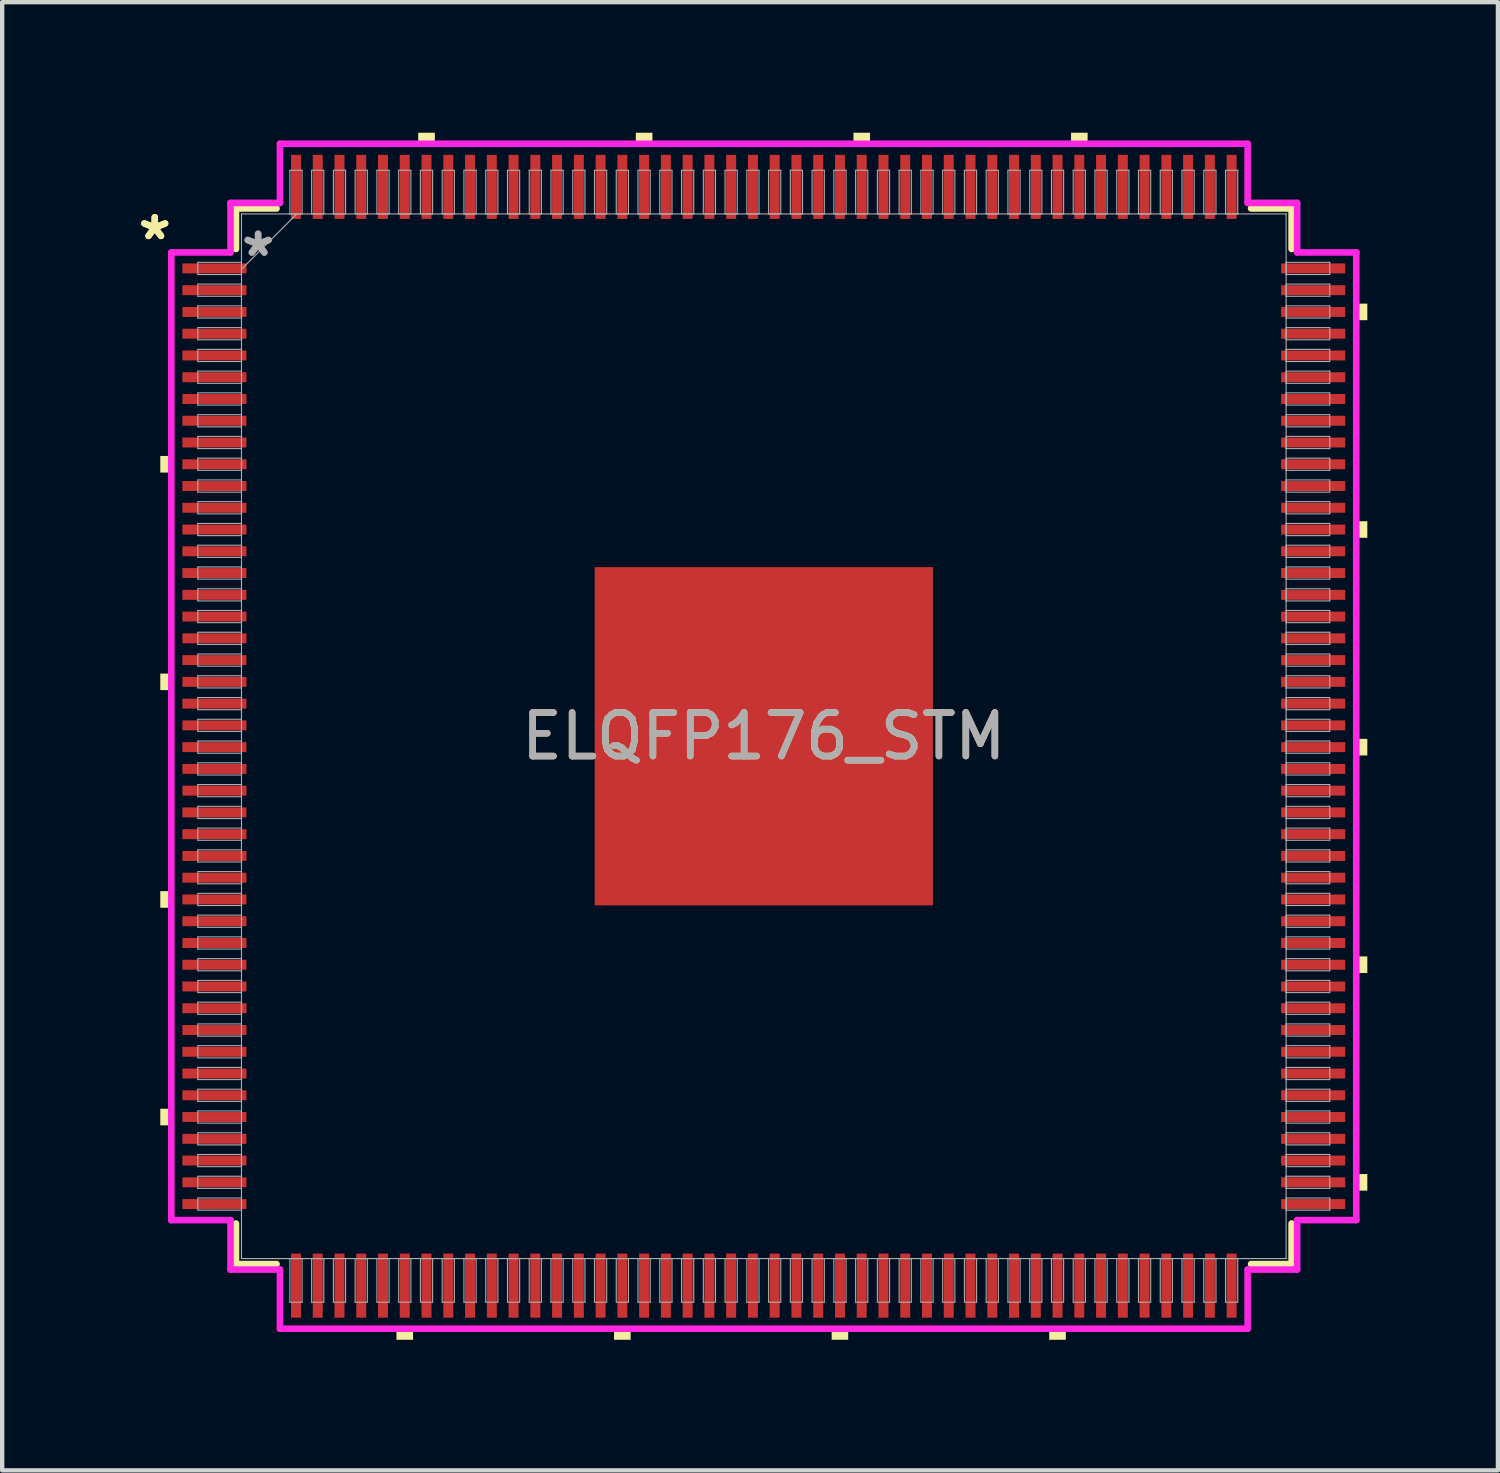
<source format=kicad_pcb>
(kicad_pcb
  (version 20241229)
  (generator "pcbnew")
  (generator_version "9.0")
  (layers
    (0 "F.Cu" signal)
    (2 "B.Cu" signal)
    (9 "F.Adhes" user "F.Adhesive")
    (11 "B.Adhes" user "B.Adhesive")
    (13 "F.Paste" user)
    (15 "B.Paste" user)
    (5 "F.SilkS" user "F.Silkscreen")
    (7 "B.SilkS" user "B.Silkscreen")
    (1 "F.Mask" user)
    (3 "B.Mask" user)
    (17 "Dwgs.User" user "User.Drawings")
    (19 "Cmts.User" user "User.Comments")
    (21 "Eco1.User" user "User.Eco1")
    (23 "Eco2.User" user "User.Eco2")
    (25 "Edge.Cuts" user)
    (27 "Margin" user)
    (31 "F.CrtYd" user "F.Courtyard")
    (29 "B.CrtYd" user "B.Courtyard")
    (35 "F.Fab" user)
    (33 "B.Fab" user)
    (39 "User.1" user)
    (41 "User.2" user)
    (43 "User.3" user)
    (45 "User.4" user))
  (footprint "ELQFP176_STM"
    (layer "F.Cu")
    (at 14.501 13.868)
    (property "Reference" "ELQFP176_STM" (at 0 0 0) (unlocked yes) (layer "F.SilkS") (effects (font (size 1 1) (thickness 0.15))))
    (attr smd)
    (fp_line (start -12.129 -12.129) (end -12.129 -11.197) (stroke (width 0.152) (type solid)) (layer "F.SilkS"))
    (fp_line (start -12.129 11.197) (end -12.129 12.129) (stroke (width 0.152) (type solid)) (layer "F.SilkS"))
    (fp_line (start -12.129 12.129) (end -11.197 12.129) (stroke (width 0.152) (type solid)) (layer "F.SilkS"))
    (fp_line (start -11.197 -12.129) (end -12.129 -12.129) (stroke (width 0.152) (type solid)) (layer "F.SilkS"))
    (fp_line (start 11.197 12.129) (end 12.129 12.129) (stroke (width 0.152) (type solid)) (layer "F.SilkS"))
    (fp_line (start 12.129 -12.129) (end 11.197 -12.129) (stroke (width 0.152) (type solid)) (layer "F.SilkS"))
    (fp_line (start 12.129 -11.197) (end 12.129 -12.129) (stroke (width 0.152) (type solid)) (layer "F.SilkS"))
    (fp_line (start 12.129 12.129) (end 12.129 11.197) (stroke (width 0.152) (type solid)) (layer "F.SilkS"))
    (fp_poly (pts (xy -13.868 -6.441) (xy -13.868 -6.059) (xy -13.614 -6.059) (xy -13.614 -6.441)) (stroke (width 0) (type solid)) (fill yes) (layer "F.SilkS"))
    (fp_poly (pts (xy -13.868 -1.44) (xy -13.868 -1.06) (xy -13.614 -1.06) (xy -13.614 -1.44)) (stroke (width 0) (type solid)) (fill yes) (layer "F.SilkS"))
    (fp_poly (pts (xy -13.868 3.559) (xy -13.868 3.941) (xy -13.614 3.941) (xy -13.614 3.559)) (stroke (width 0) (type solid)) (fill yes) (layer "F.SilkS"))
    (fp_poly (pts (xy -13.868 8.559) (xy -13.868 8.941) (xy -13.614 8.941) (xy -13.614 8.559)) (stroke (width 0) (type solid)) (fill yes) (layer "F.SilkS"))
    (fp_poly (pts (xy -8.441 13.614) (xy -8.441 13.868) (xy -8.06 13.868) (xy -8.06 13.614)) (stroke (width 0) (type solid)) (fill yes) (layer "F.SilkS"))
    (fp_poly (pts (xy -7.941 -13.614) (xy -7.941 -13.868) (xy -7.559 -13.868) (xy -7.559 -13.614)) (stroke (width 0) (type solid)) (fill yes) (layer "F.SilkS"))
    (fp_poly (pts (xy -3.441 13.614) (xy -3.441 13.868) (xy -3.06 13.868) (xy -3.06 13.614)) (stroke (width 0) (type solid)) (fill yes) (layer "F.SilkS"))
    (fp_poly (pts (xy -2.941 -13.614) (xy -2.941 -13.868) (xy -2.559 -13.868) (xy -2.559 -13.614)) (stroke (width 0) (type solid)) (fill yes) (layer "F.SilkS"))
    (fp_poly (pts (xy 1.559 13.614) (xy 1.559 13.868) (xy 1.94 13.868) (xy 1.94 13.614)) (stroke (width 0) (type solid)) (fill yes) (layer "F.SilkS"))
    (fp_poly (pts (xy 2.06 -13.614) (xy 2.06 -13.868) (xy 2.441 -13.868) (xy 2.441 -13.614)) (stroke (width 0) (type solid)) (fill yes) (layer "F.SilkS"))
    (fp_poly (pts (xy 6.559 13.614) (xy 6.559 13.868) (xy 6.94 13.868) (xy 6.94 13.614)) (stroke (width 0) (type solid)) (fill yes) (layer "F.SilkS"))
    (fp_poly (pts (xy 7.06 -13.614) (xy 7.06 -13.868) (xy 7.441 -13.868) (xy 7.441 -13.614)) (stroke (width 0) (type solid)) (fill yes) (layer "F.SilkS"))
    (fp_poly (pts (xy 13.868 -9.941) (xy 13.868 -9.56) (xy 13.614 -9.56) (xy 13.614 -9.941)) (stroke (width 0) (type solid)) (fill yes) (layer "F.SilkS"))
    (fp_poly (pts (xy 13.868 -4.941) (xy 13.868 -4.56) (xy 13.614 -4.56) (xy 13.614 -4.941)) (stroke (width 0) (type solid)) (fill yes) (layer "F.SilkS"))
    (fp_poly (pts (xy 13.868 0.059) (xy 13.868 0.441) (xy 13.614 0.441) (xy 13.614 0.059)) (stroke (width 0) (type solid)) (fill yes) (layer "F.SilkS"))
    (fp_poly (pts (xy 13.868 5.059) (xy 13.868 5.441) (xy 13.614 5.441) (xy 13.614 5.059)) (stroke (width 0) (type solid)) (fill yes) (layer "F.SilkS"))
    (fp_poly (pts (xy 13.868 10.059) (xy 13.868 10.441) (xy 13.614 10.441) (xy 13.614 10.059)) (stroke (width 0) (type solid)) (fill yes) (layer "F.SilkS"))
    (fp_poly (pts (xy -3.786 -3.786) (xy -3.786 -2.691) (xy -2.691 -2.691) (xy -2.691 -3.786)) (stroke (width 0) (type solid)) (fill yes) (layer "F.Paste"))
    (fp_poly (pts (xy -3.786 -2.491) (xy -3.786 -1.395) (xy -2.691 -1.395) (xy -2.691 -2.491)) (stroke (width 0) (type solid)) (fill yes) (layer "F.Paste"))
    (fp_poly (pts (xy -3.786 -1.195) (xy -3.786 -0.1) (xy -2.691 -0.1) (xy -2.691 -1.195)) (stroke (width 0) (type solid)) (fill yes) (layer "F.Paste"))
    (fp_poly (pts (xy -3.786 0.1) (xy -3.786 1.195) (xy -2.691 1.195) (xy -2.691 0.1)) (stroke (width 0) (type solid)) (fill yes) (layer "F.Paste"))
    (fp_poly (pts (xy -3.786 1.395) (xy -3.786 2.491) (xy -2.691 2.491) (xy -2.691 1.395)) (stroke (width 0) (type solid)) (fill yes) (layer "F.Paste"))
    (fp_poly (pts (xy -3.786 2.691) (xy -3.786 3.786) (xy -2.691 3.786) (xy -2.691 2.691)) (stroke (width 0) (type solid)) (fill yes) (layer "F.Paste"))
    (fp_poly (pts (xy -2.491 -3.786) (xy -2.491 -2.691) (xy -1.395 -2.691) (xy -1.395 -3.786)) (stroke (width 0) (type solid)) (fill yes) (layer "F.Paste"))
    (fp_poly (pts (xy -2.491 -2.491) (xy -2.491 -1.395) (xy -1.395 -1.395) (xy -1.395 -2.491)) (stroke (width 0) (type solid)) (fill yes) (layer "F.Paste"))
    (fp_poly (pts (xy -2.491 -1.195) (xy -2.491 -0.1) (xy -1.395 -0.1) (xy -1.395 -1.195)) (stroke (width 0) (type solid)) (fill yes) (layer "F.Paste"))
    (fp_poly (pts (xy -2.491 0.1) (xy -2.491 1.195) (xy -1.395 1.195) (xy -1.395 0.1)) (stroke (width 0) (type solid)) (fill yes) (layer "F.Paste"))
    (fp_poly (pts (xy -2.491 1.395) (xy -2.491 2.491) (xy -1.395 2.491) (xy -1.395 1.395)) (stroke (width 0) (type solid)) (fill yes) (layer "F.Paste"))
    (fp_poly (pts (xy -2.491 2.691) (xy -2.491 3.786) (xy -1.395 3.786) (xy -1.395 2.691)) (stroke (width 0) (type solid)) (fill yes) (layer "F.Paste"))
    (fp_poly (pts (xy -1.195 -3.786) (xy -1.195 -2.691) (xy -0.1 -2.691) (xy -0.1 -3.786)) (stroke (width 0) (type solid)) (fill yes) (layer "F.Paste"))
    (fp_poly (pts (xy -1.195 -2.491) (xy -1.195 -1.395) (xy -0.1 -1.395) (xy -0.1 -2.491)) (stroke (width 0) (type solid)) (fill yes) (layer "F.Paste"))
    (fp_poly (pts (xy -1.195 -1.195) (xy -1.195 -0.1) (xy -0.1 -0.1) (xy -0.1 -1.195)) (stroke (width 0) (type solid)) (fill yes) (layer "F.Paste"))
    (fp_poly (pts (xy -1.195 0.1) (xy -1.195 1.195) (xy -0.1 1.195) (xy -0.1 0.1)) (stroke (width 0) (type solid)) (fill yes) (layer "F.Paste"))
    (fp_poly (pts (xy -1.195 1.395) (xy -1.195 2.491) (xy -0.1 2.491) (xy -0.1 1.395)) (stroke (width 0) (type solid)) (fill yes) (layer "F.Paste"))
    (fp_poly (pts (xy -1.195 2.691) (xy -1.195 3.786) (xy -0.1 3.786) (xy -0.1 2.691)) (stroke (width 0) (type solid)) (fill yes) (layer "F.Paste"))
    (fp_poly (pts (xy 0.1 -3.786) (xy 0.1 -2.691) (xy 1.195 -2.691) (xy 1.195 -3.786)) (stroke (width 0) (type solid)) (fill yes) (layer "F.Paste"))
    (fp_poly (pts (xy 0.1 -2.491) (xy 0.1 -1.395) (xy 1.195 -1.395) (xy 1.195 -2.491)) (stroke (width 0) (type solid)) (fill yes) (layer "F.Paste"))
    (fp_poly (pts (xy 0.1 -1.195) (xy 0.1 -0.1) (xy 1.195 -0.1) (xy 1.195 -1.195)) (stroke (width 0) (type solid)) (fill yes) (layer "F.Paste"))
    (fp_poly (pts (xy 0.1 0.1) (xy 0.1 1.195) (xy 1.195 1.195) (xy 1.195 0.1)) (stroke (width 0) (type solid)) (fill yes) (layer "F.Paste"))
    (fp_poly (pts (xy 0.1 1.395) (xy 0.1 2.491) (xy 1.195 2.491) (xy 1.195 1.395)) (stroke (width 0) (type solid)) (fill yes) (layer "F.Paste"))
    (fp_poly (pts (xy 0.1 2.691) (xy 0.1 3.786) (xy 1.195 3.786) (xy 1.195 2.691)) (stroke (width 0) (type solid)) (fill yes) (layer "F.Paste"))
    (fp_poly (pts (xy 1.395 -3.786) (xy 1.395 -2.691) (xy 2.491 -2.691) (xy 2.491 -3.786)) (stroke (width 0) (type solid)) (fill yes) (layer "F.Paste"))
    (fp_poly (pts (xy 1.395 -2.491) (xy 1.395 -1.395) (xy 2.491 -1.395) (xy 2.491 -2.491)) (stroke (width 0) (type solid)) (fill yes) (layer "F.Paste"))
    (fp_poly (pts (xy 1.395 -1.195) (xy 1.395 -0.1) (xy 2.491 -0.1) (xy 2.491 -1.195)) (stroke (width 0) (type solid)) (fill yes) (layer "F.Paste"))
    (fp_poly (pts (xy 1.395 0.1) (xy 1.395 1.195) (xy 2.491 1.195) (xy 2.491 0.1)) (stroke (width 0) (type solid)) (fill yes) (layer "F.Paste"))
    (fp_poly (pts (xy 1.395 1.395) (xy 1.395 2.491) (xy 2.491 2.491) (xy 2.491 1.395)) (stroke (width 0) (type solid)) (fill yes) (layer "F.Paste"))
    (fp_poly (pts (xy 1.395 2.691) (xy 1.395 3.786) (xy 2.491 3.786) (xy 2.491 2.691)) (stroke (width 0) (type solid)) (fill yes) (layer "F.Paste"))
    (fp_poly (pts (xy 2.691 -3.786) (xy 2.691 -2.691) (xy 3.786 -2.691) (xy 3.786 -3.786)) (stroke (width 0) (type solid)) (fill yes) (layer "F.Paste"))
    (fp_poly (pts (xy 2.691 -2.491) (xy 2.691 -1.395) (xy 3.786 -1.395) (xy 3.786 -2.491)) (stroke (width 0) (type solid)) (fill yes) (layer "F.Paste"))
    (fp_poly (pts (xy 2.691 -1.195) (xy 2.691 -0.1) (xy 3.786 -0.1) (xy 3.786 -1.195)) (stroke (width 0) (type solid)) (fill yes) (layer "F.Paste"))
    (fp_poly (pts (xy 2.691 0.1) (xy 2.691 1.195) (xy 3.786 1.195) (xy 3.786 0.1)) (stroke (width 0) (type solid)) (fill yes) (layer "F.Paste"))
    (fp_poly (pts (xy 2.691 1.395) (xy 2.691 2.491) (xy 3.786 2.491) (xy 3.786 1.395)) (stroke (width 0) (type solid)) (fill yes) (layer "F.Paste"))
    (fp_poly (pts (xy 2.691 2.691) (xy 2.691 3.786) (xy 3.786 3.786) (xy 3.786 2.691)) (stroke (width 0) (type solid)) (fill yes) (layer "F.Paste"))
    (fp_line (start -13.614 -11.118) (end -12.255 -11.118) (stroke (width 0.152) (type solid)) (layer "F.CrtYd"))
    (fp_line (start -13.614 11.118) (end -13.614 -11.118) (stroke (width 0.152) (type solid)) (layer "F.CrtYd"))
    (fp_line (start -12.255 -12.255) (end -11.118 -12.255) (stroke (width 0.152) (type solid)) (layer "F.CrtYd"))
    (fp_line (start -12.255 -11.118) (end -12.255 -12.255) (stroke (width 0.152) (type solid)) (layer "F.CrtYd"))
    (fp_line (start -12.255 11.118) (end -13.614 11.118) (stroke (width 0.152) (type solid)) (layer "F.CrtYd"))
    (fp_line (start -12.255 12.255) (end -12.255 11.118) (stroke (width 0.152) (type solid)) (layer "F.CrtYd"))
    (fp_line (start -12.255 12.255) (end -11.118 12.255) (stroke (width 0.152) (type solid)) (layer "F.CrtYd"))
    (fp_line (start -11.118 -13.614) (end 11.118 -13.614) (stroke (width 0.152) (type solid)) (layer "F.CrtYd"))
    (fp_line (start -11.118 -12.255) (end -11.118 -13.614) (stroke (width 0.152) (type solid)) (layer "F.CrtYd"))
    (fp_line (start -11.118 12.255) (end -11.118 13.614) (stroke (width 0.152) (type solid)) (layer "F.CrtYd"))
    (fp_line (start -11.118 13.614) (end 11.118 13.614) (stroke (width 0.152) (type solid)) (layer "F.CrtYd"))
    (fp_line (start 11.118 -13.614) (end 11.118 -12.255) (stroke (width 0.152) (type solid)) (layer "F.CrtYd"))
    (fp_line (start 11.118 -12.255) (end 12.255 -12.255) (stroke (width 0.152) (type solid)) (layer "F.CrtYd"))
    (fp_line (start 11.118 12.255) (end 12.255 12.255) (stroke (width 0.152) (type solid)) (layer "F.CrtYd"))
    (fp_line (start 11.118 13.614) (end 11.118 12.255) (stroke (width 0.152) (type solid)) (layer "F.CrtYd"))
    (fp_line (start 12.255 -11.118) (end 12.255 -12.255) (stroke (width 0.152) (type solid)) (layer "F.CrtYd"))
    (fp_line (start 12.255 11.118) (end 13.614 11.118) (stroke (width 0.152) (type solid)) (layer "F.CrtYd"))
    (fp_line (start 12.255 12.255) (end 12.255 11.118) (stroke (width 0.152) (type solid)) (layer "F.CrtYd"))
    (fp_line (start 13.614 -11.118) (end 12.255 -11.118) (stroke (width 0.152) (type solid)) (layer "F.CrtYd"))
    (fp_line (start 13.614 11.118) (end 13.614 -11.118) (stroke (width 0.152) (type solid)) (layer "F.CrtYd"))
    (fp_line (start -13.005 -10.89) (end -13.005 -10.61) (stroke (width 0.025) (type solid)) (layer "F.Fab"))
    (fp_line (start -13.005 -10.61) (end -12.002 -10.61) (stroke (width 0.025) (type solid)) (layer "F.Fab"))
    (fp_line (start -13.005 -10.39) (end -13.005 -10.11) (stroke (width 0.025) (type solid)) (layer "F.Fab"))
    (fp_line (start -13.005 -10.11) (end -12.002 -10.11) (stroke (width 0.025) (type solid)) (layer "F.Fab"))
    (fp_line (start -13.005 -9.89) (end -13.005 -9.61) (stroke (width 0.025) (type solid)) (layer "F.Fab"))
    (fp_line (start -13.005 -9.61) (end -12.002 -9.61) (stroke (width 0.025) (type solid)) (layer "F.Fab"))
    (fp_line (start -13.005 -9.39) (end -13.005 -9.11) (stroke (width 0.025) (type solid)) (layer "F.Fab"))
    (fp_line (start -13.005 -9.11) (end -12.002 -9.11) (stroke (width 0.025) (type solid)) (layer "F.Fab"))
    (fp_line (start -13.005 -8.89) (end -13.005 -8.61) (stroke (width 0.025) (type solid)) (layer "F.Fab"))
    (fp_line (start -13.005 -8.61) (end -12.002 -8.61) (stroke (width 0.025) (type solid)) (layer "F.Fab"))
    (fp_line (start -13.005 -8.39) (end -13.005 -8.11) (stroke (width 0.025) (type solid)) (layer "F.Fab"))
    (fp_line (start -13.005 -8.11) (end -12.002 -8.11) (stroke (width 0.025) (type solid)) (layer "F.Fab"))
    (fp_line (start -13.005 -7.89) (end -13.005 -7.61) (stroke (width 0.025) (type solid)) (layer "F.Fab"))
    (fp_line (start -13.005 -7.61) (end -12.002 -7.61) (stroke (width 0.025) (type solid)) (layer "F.Fab"))
    (fp_line (start -13.005 -7.39) (end -13.005 -7.11) (stroke (width 0.025) (type solid)) (layer "F.Fab"))
    (fp_line (start -13.005 -7.11) (end -12.002 -7.11) (stroke (width 0.025) (type solid)) (layer "F.Fab"))
    (fp_line (start -13.005 -6.89) (end -13.005 -6.61) (stroke (width 0.025) (type solid)) (layer "F.Fab"))
    (fp_line (start -13.005 -6.61) (end -12.002 -6.61) (stroke (width 0.025) (type solid)) (layer "F.Fab"))
    (fp_line (start -13.005 -6.39) (end -13.005 -6.11) (stroke (width 0.025) (type solid)) (layer "F.Fab"))
    (fp_line (start -13.005 -6.11) (end -12.002 -6.11) (stroke (width 0.025) (type solid)) (layer "F.Fab"))
    (fp_line (start -13.005 -5.89) (end -13.005 -5.61) (stroke (width 0.025) (type solid)) (layer "F.Fab"))
    (fp_line (start -13.005 -5.61) (end -12.002 -5.61) (stroke (width 0.025) (type solid)) (layer "F.Fab"))
    (fp_line (start -13.005 -5.39) (end -13.005 -5.11) (stroke (width 0.025) (type solid)) (layer "F.Fab"))
    (fp_line (start -13.005 -5.11) (end -12.002 -5.11) (stroke (width 0.025) (type solid)) (layer "F.Fab"))
    (fp_line (start -13.005 -4.89) (end -13.005 -4.61) (stroke (width 0.025) (type solid)) (layer "F.Fab"))
    (fp_line (start -13.005 -4.61) (end -12.002 -4.61) (stroke (width 0.025) (type solid)) (layer "F.Fab"))
    (fp_line (start -13.005 -4.39) (end -13.005 -4.11) (stroke (width 0.025) (type solid)) (layer "F.Fab"))
    (fp_line (start -13.005 -4.11) (end -12.002 -4.11) (stroke (width 0.025) (type solid)) (layer "F.Fab"))
    (fp_line (start -13.005 -3.89) (end -13.005 -3.61) (stroke (width 0.025) (type solid)) (layer "F.Fab"))
    (fp_line (start -13.005 -3.61) (end -12.002 -3.61) (stroke (width 0.025) (type solid)) (layer "F.Fab"))
    (fp_line (start -13.005 -3.39) (end -13.005 -3.11) (stroke (width 0.025) (type solid)) (layer "F.Fab"))
    (fp_line (start -13.005 -3.11) (end -12.002 -3.11) (stroke (width 0.025) (type solid)) (layer "F.Fab"))
    (fp_line (start -13.005 -2.89) (end -13.005 -2.61) (stroke (width 0.025) (type solid)) (layer "F.Fab"))
    (fp_line (start -13.005 -2.61) (end -12.002 -2.61) (stroke (width 0.025) (type solid)) (layer "F.Fab"))
    (fp_line (start -13.005 -2.39) (end -13.005 -2.11) (stroke (width 0.025) (type solid)) (layer "F.Fab"))
    (fp_line (start -13.005 -2.11) (end -12.002 -2.11) (stroke (width 0.025) (type solid)) (layer "F.Fab"))
    (fp_line (start -13.005 -1.89) (end -13.005 -1.61) (stroke (width 0.025) (type solid)) (layer "F.Fab"))
    (fp_line (start -13.005 -1.61) (end -12.002 -1.61) (stroke (width 0.025) (type solid)) (layer "F.Fab"))
    (fp_line (start -13.005 -1.39) (end -13.005 -1.11) (stroke (width 0.025) (type solid)) (layer "F.Fab"))
    (fp_line (start -13.005 -1.11) (end -12.002 -1.11) (stroke (width 0.025) (type solid)) (layer "F.Fab"))
    (fp_line (start -13.005 -0.89) (end -13.005 -0.61) (stroke (width 0.025) (type solid)) (layer "F.Fab"))
    (fp_line (start -13.005 -0.61) (end -12.002 -0.61) (stroke (width 0.025) (type solid)) (layer "F.Fab"))
    (fp_line (start -13.005 -0.39) (end -13.005 -0.11) (stroke (width 0.025) (type solid)) (layer "F.Fab"))
    (fp_line (start -13.005 -0.11) (end -12.002 -0.11) (stroke (width 0.025) (type solid)) (layer "F.Fab"))
    (fp_line (start -13.005 0.11) (end -13.005 0.39) (stroke (width 0.025) (type solid)) (layer "F.Fab"))
    (fp_line (start -13.005 0.39) (end -12.002 0.39) (stroke (width 0.025) (type solid)) (layer "F.Fab"))
    (fp_line (start -13.005 0.61) (end -13.005 0.89) (stroke (width 0.025) (type solid)) (layer "F.Fab"))
    (fp_line (start -13.005 0.89) (end -12.002 0.89) (stroke (width 0.025) (type solid)) (layer "F.Fab"))
    (fp_line (start -13.005 1.11) (end -13.005 1.39) (stroke (width 0.025) (type solid)) (layer "F.Fab"))
    (fp_line (start -13.005 1.39) (end -12.002 1.39) (stroke (width 0.025) (type solid)) (layer "F.Fab"))
    (fp_line (start -13.005 1.61) (end -13.005 1.89) (stroke (width 0.025) (type solid)) (layer "F.Fab"))
    (fp_line (start -13.005 1.89) (end -12.002 1.89) (stroke (width 0.025) (type solid)) (layer "F.Fab"))
    (fp_line (start -13.005 2.11) (end -13.005 2.39) (stroke (width 0.025) (type solid)) (layer "F.Fab"))
    (fp_line (start -13.005 2.39) (end -12.002 2.39) (stroke (width 0.025) (type solid)) (layer "F.Fab"))
    (fp_line (start -13.005 2.61) (end -13.005 2.89) (stroke (width 0.025) (type solid)) (layer "F.Fab"))
    (fp_line (start -13.005 2.89) (end -12.002 2.89) (stroke (width 0.025) (type solid)) (layer "F.Fab"))
    (fp_line (start -13.005 3.11) (end -13.005 3.39) (stroke (width 0.025) (type solid)) (layer "F.Fab"))
    (fp_line (start -13.005 3.39) (end -12.002 3.39) (stroke (width 0.025) (type solid)) (layer "F.Fab"))
    (fp_line (start -13.005 3.61) (end -13.005 3.89) (stroke (width 0.025) (type solid)) (layer "F.Fab"))
    (fp_line (start -13.005 3.89) (end -12.002 3.89) (stroke (width 0.025) (type solid)) (layer "F.Fab"))
    (fp_line (start -13.005 4.11) (end -13.005 4.39) (stroke (width 0.025) (type solid)) (layer "F.Fab"))
    (fp_line (start -13.005 4.39) (end -12.002 4.39) (stroke (width 0.025) (type solid)) (layer "F.Fab"))
    (fp_line (start -13.005 4.61) (end -13.005 4.89) (stroke (width 0.025) (type solid)) (layer "F.Fab"))
    (fp_line (start -13.005 4.89) (end -12.002 4.89) (stroke (width 0.025) (type solid)) (layer "F.Fab"))
    (fp_line (start -13.005 5.11) (end -13.005 5.39) (stroke (width 0.025) (type solid)) (layer "F.Fab"))
    (fp_line (start -13.005 5.39) (end -12.002 5.39) (stroke (width 0.025) (type solid)) (layer "F.Fab"))
    (fp_line (start -13.005 5.61) (end -13.005 5.89) (stroke (width 0.025) (type solid)) (layer "F.Fab"))
    (fp_line (start -13.005 5.89) (end -12.002 5.89) (stroke (width 0.025) (type solid)) (layer "F.Fab"))
    (fp_line (start -13.005 6.11) (end -13.005 6.39) (stroke (width 0.025) (type solid)) (layer "F.Fab"))
    (fp_line (start -13.005 6.39) (end -12.002 6.39) (stroke (width 0.025) (type solid)) (layer "F.Fab"))
    (fp_line (start -13.005 6.61) (end -13.005 6.89) (stroke (width 0.025) (type solid)) (layer "F.Fab"))
    (fp_line (start -13.005 6.89) (end -12.002 6.89) (stroke (width 0.025) (type solid)) (layer "F.Fab"))
    (fp_line (start -13.005 7.11) (end -13.005 7.39) (stroke (width 0.025) (type solid)) (layer "F.Fab"))
    (fp_line (start -13.005 7.39) (end -12.002 7.39) (stroke (width 0.025) (type solid)) (layer "F.Fab"))
    (fp_line (start -13.005 7.61) (end -13.005 7.89) (stroke (width 0.025) (type solid)) (layer "F.Fab"))
    (fp_line (start -13.005 7.89) (end -12.002 7.89) (stroke (width 0.025) (type solid)) (layer "F.Fab"))
    (fp_line (start -13.005 8.11) (end -13.005 8.39) (stroke (width 0.025) (type solid)) (layer "F.Fab"))
    (fp_line (start -13.005 8.39) (end -12.002 8.39) (stroke (width 0.025) (type solid)) (layer "F.Fab"))
    (fp_line (start -13.005 8.61) (end -13.005 8.89) (stroke (width 0.025) (type solid)) (layer "F.Fab"))
    (fp_line (start -13.005 8.89) (end -12.002 8.89) (stroke (width 0.025) (type solid)) (layer "F.Fab"))
    (fp_line (start -13.005 9.11) (end -13.005 9.39) (stroke (width 0.025) (type solid)) (layer "F.Fab"))
    (fp_line (start -13.005 9.39) (end -12.002 9.39) (stroke (width 0.025) (type solid)) (layer "F.Fab"))
    (fp_line (start -13.005 9.61) (end -13.005 9.89) (stroke (width 0.025) (type solid)) (layer "F.Fab"))
    (fp_line (start -13.005 9.89) (end -12.002 9.89) (stroke (width 0.025) (type solid)) (layer "F.Fab"))
    (fp_line (start -13.005 10.11) (end -13.005 10.39) (stroke (width 0.025) (type solid)) (layer "F.Fab"))
    (fp_line (start -13.005 10.39) (end -12.002 10.39) (stroke (width 0.025) (type solid)) (layer "F.Fab"))
    (fp_line (start -13.005 10.61) (end -13.005 10.89) (stroke (width 0.025) (type solid)) (layer "F.Fab"))
    (fp_line (start -13.005 10.89) (end -12.002 10.89) (stroke (width 0.025) (type solid)) (layer "F.Fab"))
    (fp_line (start -12.002 -12.002) (end -12.002 -12.002) (stroke (width 0.025) (type solid)) (layer "F.Fab"))
    (fp_line (start -12.002 -12.002) (end -12.002 12.002) (stroke (width 0.025) (type solid)) (layer "F.Fab"))
    (fp_line (start -12.002 -10.89) (end -13.005 -10.89) (stroke (width 0.025) (type solid)) (layer "F.Fab"))
    (fp_line (start -12.002 -10.732) (end -10.732 -12.002) (stroke (width 0.025) (type solid)) (layer "F.Fab"))
    (fp_line (start -12.002 -10.61) (end -12.002 -10.89) (stroke (width 0.025) (type solid)) (layer "F.Fab"))
    (fp_line (start -12.002 -10.39) (end -13.005 -10.39) (stroke (width 0.025) (type solid)) (layer "F.Fab"))
    (fp_line (start -12.002 -10.11) (end -12.002 -10.39) (stroke (width 0.025) (type solid)) (layer "F.Fab"))
    (fp_line (start -12.002 -9.89) (end -13.005 -9.89) (stroke (width 0.025) (type solid)) (layer "F.Fab"))
    (fp_line (start -12.002 -9.61) (end -12.002 -9.89) (stroke (width 0.025) (type solid)) (layer "F.Fab"))
    (fp_line (start -12.002 -9.39) (end -13.005 -9.39) (stroke (width 0.025) (type solid)) (layer "F.Fab"))
    (fp_line (start -12.002 -9.11) (end -12.002 -9.39) (stroke (width 0.025) (type solid)) (layer "F.Fab"))
    (fp_line (start -12.002 -8.89) (end -13.005 -8.89) (stroke (width 0.025) (type solid)) (layer "F.Fab"))
    (fp_line (start -12.002 -8.61) (end -12.002 -8.89) (stroke (width 0.025) (type solid)) (layer "F.Fab"))
    (fp_line (start -12.002 -8.39) (end -13.005 -8.39) (stroke (width 0.025) (type solid)) (layer "F.Fab"))
    (fp_line (start -12.002 -8.11) (end -12.002 -8.39) (stroke (width 0.025) (type solid)) (layer "F.Fab"))
    (fp_line (start -12.002 -7.89) (end -13.005 -7.89) (stroke (width 0.025) (type solid)) (layer "F.Fab"))
    (fp_line (start -12.002 -7.61) (end -12.002 -7.89) (stroke (width 0.025) (type solid)) (layer "F.Fab"))
    (fp_line (start -12.002 -7.39) (end -13.005 -7.39) (stroke (width 0.025) (type solid)) (layer "F.Fab"))
    (fp_line (start -12.002 -7.11) (end -12.002 -7.39) (stroke (width 0.025) (type solid)) (layer "F.Fab"))
    (fp_line (start -12.002 -6.89) (end -13.005 -6.89) (stroke (width 0.025) (type solid)) (layer "F.Fab"))
    (fp_line (start -12.002 -6.61) (end -12.002 -6.89) (stroke (width 0.025) (type solid)) (layer "F.Fab"))
    (fp_line (start -12.002 -6.39) (end -13.005 -6.39) (stroke (width 0.025) (type solid)) (layer "F.Fab"))
    (fp_line (start -12.002 -6.11) (end -12.002 -6.39) (stroke (width 0.025) (type solid)) (layer "F.Fab"))
    (fp_line (start -12.002 -5.89) (end -13.005 -5.89) (stroke (width 0.025) (type solid)) (layer "F.Fab"))
    (fp_line (start -12.002 -5.61) (end -12.002 -5.89) (stroke (width 0.025) (type solid)) (layer "F.Fab"))
    (fp_line (start -12.002 -5.39) (end -13.005 -5.39) (stroke (width 0.025) (type solid)) (layer "F.Fab"))
    (fp_line (start -12.002 -5.11) (end -12.002 -5.39) (stroke (width 0.025) (type solid)) (layer "F.Fab"))
    (fp_line (start -12.002 -4.89) (end -13.005 -4.89) (stroke (width 0.025) (type solid)) (layer "F.Fab"))
    (fp_line (start -12.002 -4.61) (end -12.002 -4.89) (stroke (width 0.025) (type solid)) (layer "F.Fab"))
    (fp_line (start -12.002 -4.39) (end -13.005 -4.39) (stroke (width 0.025) (type solid)) (layer "F.Fab"))
    (fp_line (start -12.002 -4.11) (end -12.002 -4.39) (stroke (width 0.025) (type solid)) (layer "F.Fab"))
    (fp_line (start -12.002 -3.89) (end -13.005 -3.89) (stroke (width 0.025) (type solid)) (layer "F.Fab"))
    (fp_line (start -12.002 -3.61) (end -12.002 -3.89) (stroke (width 0.025) (type solid)) (layer "F.Fab"))
    (fp_line (start -12.002 -3.39) (end -13.005 -3.39) (stroke (width 0.025) (type solid)) (layer "F.Fab"))
    (fp_line (start -12.002 -3.11) (end -12.002 -3.39) (stroke (width 0.025) (type solid)) (layer "F.Fab"))
    (fp_line (start -12.002 -2.89) (end -13.005 -2.89) (stroke (width 0.025) (type solid)) (layer "F.Fab"))
    (fp_line (start -12.002 -2.61) (end -12.002 -2.89) (stroke (width 0.025) (type solid)) (layer "F.Fab"))
    (fp_line (start -12.002 -2.39) (end -13.005 -2.39) (stroke (width 0.025) (type solid)) (layer "F.Fab"))
    (fp_line (start -12.002 -2.11) (end -12.002 -2.39) (stroke (width 0.025) (type solid)) (layer "F.Fab"))
    (fp_line (start -12.002 -1.89) (end -13.005 -1.89) (stroke (width 0.025) (type solid)) (layer "F.Fab"))
    (fp_line (start -12.002 -1.61) (end -12.002 -1.89) (stroke (width 0.025) (type solid)) (layer "F.Fab"))
    (fp_line (start -12.002 -1.39) (end -13.005 -1.39) (stroke (width 0.025) (type solid)) (layer "F.Fab"))
    (fp_line (start -12.002 -1.11) (end -12.002 -1.39) (stroke (width 0.025) (type solid)) (layer "F.Fab"))
    (fp_line (start -12.002 -0.89) (end -13.005 -0.89) (stroke (width 0.025) (type solid)) (layer "F.Fab"))
    (fp_line (start -12.002 -0.61) (end -12.002 -0.89) (stroke (width 0.025) (type solid)) (layer "F.Fab"))
    (fp_line (start -12.002 -0.39) (end -13.005 -0.39) (stroke (width 0.025) (type solid)) (layer "F.Fab"))
    (fp_line (start -12.002 -0.11) (end -12.002 -0.39) (stroke (width 0.025) (type solid)) (layer "F.Fab"))
    (fp_line (start -12.002 0.11) (end -13.005 0.11) (stroke (width 0.025) (type solid)) (layer "F.Fab"))
    (fp_line (start -12.002 0.39) (end -12.002 0.11) (stroke (width 0.025) (type solid)) (layer "F.Fab"))
    (fp_line (start -12.002 0.61) (end -13.005 0.61) (stroke (width 0.025) (type solid)) (layer "F.Fab"))
    (fp_line (start -12.002 0.89) (end -12.002 0.61) (stroke (width 0.025) (type solid)) (layer "F.Fab"))
    (fp_line (start -12.002 1.11) (end -13.005 1.11) (stroke (width 0.025) (type solid)) (layer "F.Fab"))
    (fp_line (start -12.002 1.39) (end -12.002 1.11) (stroke (width 0.025) (type solid)) (layer "F.Fab"))
    (fp_line (start -12.002 1.61) (end -13.005 1.61) (stroke (width 0.025) (type solid)) (layer "F.Fab"))
    (fp_line (start -12.002 1.89) (end -12.002 1.61) (stroke (width 0.025) (type solid)) (layer "F.Fab"))
    (fp_line (start -12.002 2.11) (end -13.005 2.11) (stroke (width 0.025) (type solid)) (layer "F.Fab"))
    (fp_line (start -12.002 2.39) (end -12.002 2.11) (stroke (width 0.025) (type solid)) (layer "F.Fab"))
    (fp_line (start -12.002 2.61) (end -13.005 2.61) (stroke (width 0.025) (type solid)) (layer "F.Fab"))
    (fp_line (start -12.002 2.89) (end -12.002 2.61) (stroke (width 0.025) (type solid)) (layer "F.Fab"))
    (fp_line (start -12.002 3.11) (end -13.005 3.11) (stroke (width 0.025) (type solid)) (layer "F.Fab"))
    (fp_line (start -12.002 3.39) (end -12.002 3.11) (stroke (width 0.025) (type solid)) (layer "F.Fab"))
    (fp_line (start -12.002 3.61) (end -13.005 3.61) (stroke (width 0.025) (type solid)) (layer "F.Fab"))
    (fp_line (start -12.002 3.89) (end -12.002 3.61) (stroke (width 0.025) (type solid)) (layer "F.Fab"))
    (fp_line (start -12.002 4.11) (end -13.005 4.11) (stroke (width 0.025) (type solid)) (layer "F.Fab"))
    (fp_line (start -12.002 4.39) (end -12.002 4.11) (stroke (width 0.025) (type solid)) (layer "F.Fab"))
    (fp_line (start -12.002 4.61) (end -13.005 4.61) (stroke (width 0.025) (type solid)) (layer "F.Fab"))
    (fp_line (start -12.002 4.89) (end -12.002 4.61) (stroke (width 0.025) (type solid)) (layer "F.Fab"))
    (fp_line (start -12.002 5.11) (end -13.005 5.11) (stroke (width 0.025) (type solid)) (layer "F.Fab"))
    (fp_line (start -12.002 5.39) (end -12.002 5.11) (stroke (width 0.025) (type solid)) (layer "F.Fab"))
    (fp_line (start -12.002 5.61) (end -13.005 5.61) (stroke (width 0.025) (type solid)) (layer "F.Fab"))
    (fp_line (start -12.002 5.89) (end -12.002 5.61) (stroke (width 0.025) (type solid)) (layer "F.Fab"))
    (fp_line (start -12.002 6.11) (end -13.005 6.11) (stroke (width 0.025) (type solid)) (layer "F.Fab"))
    (fp_line (start -12.002 6.39) (end -12.002 6.11) (stroke (width 0.025) (type solid)) (layer "F.Fab"))
    (fp_line (start -12.002 6.61) (end -13.005 6.61) (stroke (width 0.025) (type solid)) (layer "F.Fab"))
    (fp_line (start -12.002 6.89) (end -12.002 6.61) (stroke (width 0.025) (type solid)) (layer "F.Fab"))
    (fp_line (start -12.002 7.11) (end -13.005 7.11) (stroke (width 0.025) (type solid)) (layer "F.Fab"))
    (fp_line (start -12.002 7.39) (end -12.002 7.11) (stroke (width 0.025) (type solid)) (layer "F.Fab"))
    (fp_line (start -12.002 7.61) (end -13.005 7.61) (stroke (width 0.025) (type solid)) (layer "F.Fab"))
    (fp_line (start -12.002 7.89) (end -12.002 7.61) (stroke (width 0.025) (type solid)) (layer "F.Fab"))
    (fp_line (start -12.002 8.11) (end -13.005 8.11) (stroke (width 0.025) (type solid)) (layer "F.Fab"))
    (fp_line (start -12.002 8.39) (end -12.002 8.11) (stroke (width 0.025) (type solid)) (layer "F.Fab"))
    (fp_line (start -12.002 8.61) (end -13.005 8.61) (stroke (width 0.025) (type solid)) (layer "F.Fab"))
    (fp_line (start -12.002 8.89) (end -12.002 8.61) (stroke (width 0.025) (type solid)) (layer "F.Fab"))
    (fp_line (start -12.002 9.11) (end -13.005 9.11) (stroke (width 0.025) (type solid)) (layer "F.Fab"))
    (fp_line (start -12.002 9.39) (end -12.002 9.11) (stroke (width 0.025) (type solid)) (layer "F.Fab"))
    (fp_line (start -12.002 9.61) (end -13.005 9.61) (stroke (width 0.025) (type solid)) (layer "F.Fab"))
    (fp_line (start -12.002 9.89) (end -12.002 9.61) (stroke (width 0.025) (type solid)) (layer "F.Fab"))
    (fp_line (start -12.002 10.11) (end -13.005 10.11) (stroke (width 0.025) (type solid)) (layer "F.Fab"))
    (fp_line (start -12.002 10.39) (end -12.002 10.11) (stroke (width 0.025) (type solid)) (layer "F.Fab"))
    (fp_line (start -12.002 10.61) (end -13.005 10.61) (stroke (width 0.025) (type solid)) (layer "F.Fab"))
    (fp_line (start -12.002 10.89) (end -12.002 10.61) (stroke (width 0.025) (type solid)) (layer "F.Fab"))
    (fp_line (start -12.002 12.002) (end -12.002 12.002) (stroke (width 0.025) (type solid)) (layer "F.Fab"))
    (fp_line (start -12.002 12.002) (end 12.002 12.002) (stroke (width 0.025) (type solid)) (layer "F.Fab"))
    (fp_line (start -10.89 -13.005) (end -10.89 -12.002) (stroke (width 0.025) (type solid)) (layer "F.Fab"))
    (fp_line (start -10.89 -12.002) (end -10.61 -12.002) (stroke (width 0.025) (type solid)) (layer "F.Fab"))
    (fp_line (start -10.89 12.002) (end -10.89 13.005) (stroke (width 0.025) (type solid)) (layer "F.Fab"))
    (fp_line (start -10.89 13.005) (end -10.61 13.005) (stroke (width 0.025) (type solid)) (layer "F.Fab"))
    (fp_line (start -10.61 -13.005) (end -10.89 -13.005) (stroke (width 0.025) (type solid)) (layer "F.Fab"))
    (fp_line (start -10.61 -12.002) (end -10.61 -13.005) (stroke (width 0.025) (type solid)) (layer "F.Fab"))
    (fp_line (start -10.61 12.002) (end -10.89 12.002) (stroke (width 0.025) (type solid)) (layer "F.Fab"))
    (fp_line (start -10.61 13.005) (end -10.61 12.002) (stroke (width 0.025) (type solid)) (layer "F.Fab"))
    (fp_line (start -10.39 -13.005) (end -10.39 -12.002) (stroke (width 0.025) (type solid)) (layer "F.Fab"))
    (fp_line (start -10.39 -12.002) (end -10.11 -12.002) (stroke (width 0.025) (type solid)) (layer "F.Fab"))
    (fp_line (start -10.39 12.002) (end -10.39 13.005) (stroke (width 0.025) (type solid)) (layer "F.Fab"))
    (fp_line (start -10.39 13.005) (end -10.11 13.005) (stroke (width 0.025) (type solid)) (layer "F.Fab"))
    (fp_line (start -10.11 -13.005) (end -10.39 -13.005) (stroke (width 0.025) (type solid)) (layer "F.Fab"))
    (fp_line (start -10.11 -12.002) (end -10.11 -13.005) (stroke (width 0.025) (type solid)) (layer "F.Fab"))
    (fp_line (start -10.11 12.002) (end -10.39 12.002) (stroke (width 0.025) (type solid)) (layer "F.Fab"))
    (fp_line (start -10.11 13.005) (end -10.11 12.002) (stroke (width 0.025) (type solid)) (layer "F.Fab"))
    (fp_line (start -9.89 -13.005) (end -9.89 -12.002) (stroke (width 0.025) (type solid)) (layer "F.Fab"))
    (fp_line (start -9.89 -12.002) (end -9.61 -12.002) (stroke (width 0.025) (type solid)) (layer "F.Fab"))
    (fp_line (start -9.89 12.002) (end -9.89 13.005) (stroke (width 0.025) (type solid)) (layer "F.Fab"))
    (fp_line (start -9.89 13.005) (end -9.61 13.005) (stroke (width 0.025) (type solid)) (layer "F.Fab"))
    (fp_line (start -9.61 -13.005) (end -9.89 -13.005) (stroke (width 0.025) (type solid)) (layer "F.Fab"))
    (fp_line (start -9.61 -12.002) (end -9.61 -13.005) (stroke (width 0.025) (type solid)) (layer "F.Fab"))
    (fp_line (start -9.61 12.002) (end -9.89 12.002) (stroke (width 0.025) (type solid)) (layer "F.Fab"))
    (fp_line (start -9.61 13.005) (end -9.61 12.002) (stroke (width 0.025) (type solid)) (layer "F.Fab"))
    (fp_line (start -9.39 -13.005) (end -9.39 -12.002) (stroke (width 0.025) (type solid)) (layer "F.Fab"))
    (fp_line (start -9.39 -12.002) (end -9.11 -12.002) (stroke (width 0.025) (type solid)) (layer "F.Fab"))
    (fp_line (start -9.39 12.002) (end -9.39 13.005) (stroke (width 0.025) (type solid)) (layer "F.Fab"))
    (fp_line (start -9.39 13.005) (end -9.11 13.005) (stroke (width 0.025) (type solid)) (layer "F.Fab"))
    (fp_line (start -9.11 -13.005) (end -9.39 -13.005) (stroke (width 0.025) (type solid)) (layer "F.Fab"))
    (fp_line (start -9.11 -12.002) (end -9.11 -13.005) (stroke (width 0.025) (type solid)) (layer "F.Fab"))
    (fp_line (start -9.11 12.002) (end -9.39 12.002) (stroke (width 0.025) (type solid)) (layer "F.Fab"))
    (fp_line (start -9.11 13.005) (end -9.11 12.002) (stroke (width 0.025) (type solid)) (layer "F.Fab"))
    (fp_line (start -8.89 -13.005) (end -8.89 -12.002) (stroke (width 0.025) (type solid)) (layer "F.Fab"))
    (fp_line (start -8.89 -12.002) (end -8.61 -12.002) (stroke (width 0.025) (type solid)) (layer "F.Fab"))
    (fp_line (start -8.89 12.002) (end -8.89 13.005) (stroke (width 0.025) (type solid)) (layer "F.Fab"))
    (fp_line (start -8.89 13.005) (end -8.61 13.005) (stroke (width 0.025) (type solid)) (layer "F.Fab"))
    (fp_line (start -8.61 -13.005) (end -8.89 -13.005) (stroke (width 0.025) (type solid)) (layer "F.Fab"))
    (fp_line (start -8.61 -12.002) (end -8.61 -13.005) (stroke (width 0.025) (type solid)) (layer "F.Fab"))
    (fp_line (start -8.61 12.002) (end -8.89 12.002) (stroke (width 0.025) (type solid)) (layer "F.Fab"))
    (fp_line (start -8.61 13.005) (end -8.61 12.002) (stroke (width 0.025) (type solid)) (layer "F.Fab"))
    (fp_line (start -8.39 -13.005) (end -8.39 -12.002) (stroke (width 0.025) (type solid)) (layer "F.Fab"))
    (fp_line (start -8.39 -12.002) (end -8.11 -12.002) (stroke (width 0.025) (type solid)) (layer "F.Fab"))
    (fp_line (start -8.39 12.002) (end -8.39 13.005) (stroke (width 0.025) (type solid)) (layer "F.Fab"))
    (fp_line (start -8.39 13.005) (end -8.11 13.005) (stroke (width 0.025) (type solid)) (layer "F.Fab"))
    (fp_line (start -8.11 -13.005) (end -8.39 -13.005) (stroke (width 0.025) (type solid)) (layer "F.Fab"))
    (fp_line (start -8.11 -12.002) (end -8.11 -13.005) (stroke (width 0.025) (type solid)) (layer "F.Fab"))
    (fp_line (start -8.11 12.002) (end -8.39 12.002) (stroke (width 0.025) (type solid)) (layer "F.Fab"))
    (fp_line (start -8.11 13.005) (end -8.11 12.002) (stroke (width 0.025) (type solid)) (layer "F.Fab"))
    (fp_line (start -7.89 -13.005) (end -7.89 -12.002) (stroke (width 0.025) (type solid)) (layer "F.Fab"))
    (fp_line (start -7.89 -12.002) (end -7.61 -12.002) (stroke (width 0.025) (type solid)) (layer "F.Fab"))
    (fp_line (start -7.89 12.002) (end -7.89 13.005) (stroke (width 0.025) (type solid)) (layer "F.Fab"))
    (fp_line (start -7.89 13.005) (end -7.61 13.005) (stroke (width 0.025) (type solid)) (layer "F.Fab"))
    (fp_line (start -7.61 -13.005) (end -7.89 -13.005) (stroke (width 0.025) (type solid)) (layer "F.Fab"))
    (fp_line (start -7.61 -12.002) (end -7.61 -13.005) (stroke (width 0.025) (type solid)) (layer "F.Fab"))
    (fp_line (start -7.61 12.002) (end -7.89 12.002) (stroke (width 0.025) (type solid)) (layer "F.Fab"))
    (fp_line (start -7.61 13.005) (end -7.61 12.002) (stroke (width 0.025) (type solid)) (layer "F.Fab"))
    (fp_line (start -7.39 -13.005) (end -7.39 -12.002) (stroke (width 0.025) (type solid)) (layer "F.Fab"))
    (fp_line (start -7.39 -12.002) (end -7.11 -12.002) (stroke (width 0.025) (type solid)) (layer "F.Fab"))
    (fp_line (start -7.39 12.002) (end -7.39 13.005) (stroke (width 0.025) (type solid)) (layer "F.Fab"))
    (fp_line (start -7.39 13.005) (end -7.11 13.005) (stroke (width 0.025) (type solid)) (layer "F.Fab"))
    (fp_line (start -7.11 -13.005) (end -7.39 -13.005) (stroke (width 0.025) (type solid)) (layer "F.Fab"))
    (fp_line (start -7.11 -12.002) (end -7.11 -13.005) (stroke (width 0.025) (type solid)) (layer "F.Fab"))
    (fp_line (start -7.11 12.002) (end -7.39 12.002) (stroke (width 0.025) (type solid)) (layer "F.Fab"))
    (fp_line (start -7.11 13.005) (end -7.11 12.002) (stroke (width 0.025) (type solid)) (layer "F.Fab"))
    (fp_line (start -6.89 -13.005) (end -6.89 -12.002) (stroke (width 0.025) (type solid)) (layer "F.Fab"))
    (fp_line (start -6.89 -12.002) (end -6.61 -12.002) (stroke (width 0.025) (type solid)) (layer "F.Fab"))
    (fp_line (start -6.89 12.002) (end -6.89 13.005) (stroke (width 0.025) (type solid)) (layer "F.Fab"))
    (fp_line (start -6.89 13.005) (end -6.61 13.005) (stroke (width 0.025) (type solid)) (layer "F.Fab"))
    (fp_line (start -6.61 -13.005) (end -6.89 -13.005) (stroke (width 0.025) (type solid)) (layer "F.Fab"))
    (fp_line (start -6.61 -12.002) (end -6.61 -13.005) (stroke (width 0.025) (type solid)) (layer "F.Fab"))
    (fp_line (start -6.61 12.002) (end -6.89 12.002) (stroke (width 0.025) (type solid)) (layer "F.Fab"))
    (fp_line (start -6.61 13.005) (end -6.61 12.002) (stroke (width 0.025) (type solid)) (layer "F.Fab"))
    (fp_line (start -6.39 -13.005) (end -6.39 -12.002) (stroke (width 0.025) (type solid)) (layer "F.Fab"))
    (fp_line (start -6.39 -12.002) (end -6.11 -12.002) (stroke (width 0.025) (type solid)) (layer "F.Fab"))
    (fp_line (start -6.39 12.002) (end -6.39 13.005) (stroke (width 0.025) (type solid)) (layer "F.Fab"))
    (fp_line (start -6.39 13.005) (end -6.11 13.005) (stroke (width 0.025) (type solid)) (layer "F.Fab"))
    (fp_line (start -6.11 -13.005) (end -6.39 -13.005) (stroke (width 0.025) (type solid)) (layer "F.Fab"))
    (fp_line (start -6.11 -12.002) (end -6.11 -13.005) (stroke (width 0.025) (type solid)) (layer "F.Fab"))
    (fp_line (start -6.11 12.002) (end -6.39 12.002) (stroke (width 0.025) (type solid)) (layer "F.Fab"))
    (fp_line (start -6.11 13.005) (end -6.11 12.002) (stroke (width 0.025) (type solid)) (layer "F.Fab"))
    (fp_line (start -5.89 -13.005) (end -5.89 -12.002) (stroke (width 0.025) (type solid)) (layer "F.Fab"))
    (fp_line (start -5.89 -12.002) (end -5.61 -12.002) (stroke (width 0.025) (type solid)) (layer "F.Fab"))
    (fp_line (start -5.89 12.002) (end -5.89 13.005) (stroke (width 0.025) (type solid)) (layer "F.Fab"))
    (fp_line (start -5.89 13.005) (end -5.61 13.005) (stroke (width 0.025) (type solid)) (layer "F.Fab"))
    (fp_line (start -5.61 -13.005) (end -5.89 -13.005) (stroke (width 0.025) (type solid)) (layer "F.Fab"))
    (fp_line (start -5.61 -12.002) (end -5.61 -13.005) (stroke (width 0.025) (type solid)) (layer "F.Fab"))
    (fp_line (start -5.61 12.002) (end -5.89 12.002) (stroke (width 0.025) (type solid)) (layer "F.Fab"))
    (fp_line (start -5.61 13.005) (end -5.61 12.002) (stroke (width 0.025) (type solid)) (layer "F.Fab"))
    (fp_line (start -5.39 -13.005) (end -5.39 -12.002) (stroke (width 0.025) (type solid)) (layer "F.Fab"))
    (fp_line (start -5.39 -12.002) (end -5.11 -12.002) (stroke (width 0.025) (type solid)) (layer "F.Fab"))
    (fp_line (start -5.39 12.002) (end -5.39 13.005) (stroke (width 0.025) (type solid)) (layer "F.Fab"))
    (fp_line (start -5.39 13.005) (end -5.11 13.005) (stroke (width 0.025) (type solid)) (layer "F.Fab"))
    (fp_line (start -5.11 -13.005) (end -5.39 -13.005) (stroke (width 0.025) (type solid)) (layer "F.Fab"))
    (fp_line (start -5.11 -12.002) (end -5.11 -13.005) (stroke (width 0.025) (type solid)) (layer "F.Fab"))
    (fp_line (start -5.11 12.002) (end -5.39 12.002) (stroke (width 0.025) (type solid)) (layer "F.Fab"))
    (fp_line (start -5.11 13.005) (end -5.11 12.002) (stroke (width 0.025) (type solid)) (layer "F.Fab"))
    (fp_line (start -4.89 -13.005) (end -4.89 -12.002) (stroke (width 0.025) (type solid)) (layer "F.Fab"))
    (fp_line (start -4.89 -12.002) (end -4.61 -12.002) (stroke (width 0.025) (type solid)) (layer "F.Fab"))
    (fp_line (start -4.89 12.002) (end -4.89 13.005) (stroke (width 0.025) (type solid)) (layer "F.Fab"))
    (fp_line (start -4.89 13.005) (end -4.61 13.005) (stroke (width 0.025) (type solid)) (layer "F.Fab"))
    (fp_line (start -4.61 -13.005) (end -4.89 -13.005) (stroke (width 0.025) (type solid)) (layer "F.Fab"))
    (fp_line (start -4.61 -12.002) (end -4.61 -13.005) (stroke (width 0.025) (type solid)) (layer "F.Fab"))
    (fp_line (start -4.61 12.002) (end -4.89 12.002) (stroke (width 0.025) (type solid)) (layer "F.Fab"))
    (fp_line (start -4.61 13.005) (end -4.61 12.002) (stroke (width 0.025) (type solid)) (layer "F.Fab"))
    (fp_line (start -4.39 -13.005) (end -4.39 -12.002) (stroke (width 0.025) (type solid)) (layer "F.Fab"))
    (fp_line (start -4.39 -12.002) (end -4.11 -12.002) (stroke (width 0.025) (type solid)) (layer "F.Fab"))
    (fp_line (start -4.39 12.002) (end -4.39 13.005) (stroke (width 0.025) (type solid)) (layer "F.Fab"))
    (fp_line (start -4.39 13.005) (end -4.11 13.005) (stroke (width 0.025) (type solid)) (layer "F.Fab"))
    (fp_line (start -4.11 -13.005) (end -4.39 -13.005) (stroke (width 0.025) (type solid)) (layer "F.Fab"))
    (fp_line (start -4.11 -12.002) (end -4.11 -13.005) (stroke (width 0.025) (type solid)) (layer "F.Fab"))
    (fp_line (start -4.11 12.002) (end -4.39 12.002) (stroke (width 0.025) (type solid)) (layer "F.Fab"))
    (fp_line (start -4.11 13.005) (end -4.11 12.002) (stroke (width 0.025) (type solid)) (layer "F.Fab"))
    (fp_line (start -3.89 -13.005) (end -3.89 -12.002) (stroke (width 0.025) (type solid)) (layer "F.Fab"))
    (fp_line (start -3.89 -12.002) (end -3.61 -12.002) (stroke (width 0.025) (type solid)) (layer "F.Fab"))
    (fp_line (start -3.89 12.002) (end -3.89 13.005) (stroke (width 0.025) (type solid)) (layer "F.Fab"))
    (fp_line (start -3.89 13.005) (end -3.61 13.005) (stroke (width 0.025) (type solid)) (layer "F.Fab"))
    (fp_line (start -3.61 -13.005) (end -3.89 -13.005) (stroke (width 0.025) (type solid)) (layer "F.Fab"))
    (fp_line (start -3.61 -12.002) (end -3.61 -13.005) (stroke (width 0.025) (type solid)) (layer "F.Fab"))
    (fp_line (start -3.61 12.002) (end -3.89 12.002) (stroke (width 0.025) (type solid)) (layer "F.Fab"))
    (fp_line (start -3.61 13.005) (end -3.61 12.002) (stroke (width 0.025) (type solid)) (layer "F.Fab"))
    (fp_line (start -3.39 -13.005) (end -3.39 -12.002) (stroke (width 0.025) (type solid)) (layer "F.Fab"))
    (fp_line (start -3.39 -12.002) (end -3.11 -12.002) (stroke (width 0.025) (type solid)) (layer "F.Fab"))
    (fp_line (start -3.39 12.002) (end -3.39 13.005) (stroke (width 0.025) (type solid)) (layer "F.Fab"))
    (fp_line (start -3.39 13.005) (end -3.11 13.005) (stroke (width 0.025) (type solid)) (layer "F.Fab"))
    (fp_line (start -3.11 -13.005) (end -3.39 -13.005) (stroke (width 0.025) (type solid)) (layer "F.Fab"))
    (fp_line (start -3.11 -12.002) (end -3.11 -13.005) (stroke (width 0.025) (type solid)) (layer "F.Fab"))
    (fp_line (start -3.11 12.002) (end -3.39 12.002) (stroke (width 0.025) (type solid)) (layer "F.Fab"))
    (fp_line (start -3.11 13.005) (end -3.11 12.002) (stroke (width 0.025) (type solid)) (layer "F.Fab"))
    (fp_line (start -2.89 -13.005) (end -2.89 -12.002) (stroke (width 0.025) (type solid)) (layer "F.Fab"))
    (fp_line (start -2.89 -12.002) (end -2.61 -12.002) (stroke (width 0.025) (type solid)) (layer "F.Fab"))
    (fp_line (start -2.89 12.002) (end -2.89 13.005) (stroke (width 0.025) (type solid)) (layer "F.Fab"))
    (fp_line (start -2.89 13.005) (end -2.61 13.005) (stroke (width 0.025) (type solid)) (layer "F.Fab"))
    (fp_line (start -2.61 -13.005) (end -2.89 -13.005) (stroke (width 0.025) (type solid)) (layer "F.Fab"))
    (fp_line (start -2.61 -12.002) (end -2.61 -13.005) (stroke (width 0.025) (type solid)) (layer "F.Fab"))
    (fp_line (start -2.61 12.002) (end -2.89 12.002) (stroke (width 0.025) (type solid)) (layer "F.Fab"))
    (fp_line (start -2.61 13.005) (end -2.61 12.002) (stroke (width 0.025) (type solid)) (layer "F.Fab"))
    (fp_line (start -2.39 -13.005) (end -2.39 -12.002) (stroke (width 0.025) (type solid)) (layer "F.Fab"))
    (fp_line (start -2.39 -12.002) (end -2.11 -12.002) (stroke (width 0.025) (type solid)) (layer "F.Fab"))
    (fp_line (start -2.39 12.002) (end -2.39 13.005) (stroke (width 0.025) (type solid)) (layer "F.Fab"))
    (fp_line (start -2.39 13.005) (end -2.11 13.005) (stroke (width 0.025) (type solid)) (layer "F.Fab"))
    (fp_line (start -2.11 -13.005) (end -2.39 -13.005) (stroke (width 0.025) (type solid)) (layer "F.Fab"))
    (fp_line (start -2.11 -12.002) (end -2.11 -13.005) (stroke (width 0.025) (type solid)) (layer "F.Fab"))
    (fp_line (start -2.11 12.002) (end -2.39 12.002) (stroke (width 0.025) (type solid)) (layer "F.Fab"))
    (fp_line (start -2.11 13.005) (end -2.11 12.002) (stroke (width 0.025) (type solid)) (layer "F.Fab"))
    (fp_line (start -1.89 -13.005) (end -1.89 -12.002) (stroke (width 0.025) (type solid)) (layer "F.Fab"))
    (fp_line (start -1.89 -12.002) (end -1.61 -12.002) (stroke (width 0.025) (type solid)) (layer "F.Fab"))
    (fp_line (start -1.89 12.002) (end -1.89 13.005) (stroke (width 0.025) (type solid)) (layer "F.Fab"))
    (fp_line (start -1.89 13.005) (end -1.61 13.005) (stroke (width 0.025) (type solid)) (layer "F.Fab"))
    (fp_line (start -1.61 -13.005) (end -1.89 -13.005) (stroke (width 0.025) (type solid)) (layer "F.Fab"))
    (fp_line (start -1.61 -12.002) (end -1.61 -13.005) (stroke (width 0.025) (type solid)) (layer "F.Fab"))
    (fp_line (start -1.61 12.002) (end -1.89 12.002) (stroke (width 0.025) (type solid)) (layer "F.Fab"))
    (fp_line (start -1.61 13.005) (end -1.61 12.002) (stroke (width 0.025) (type solid)) (layer "F.Fab"))
    (fp_line (start -1.39 -13.005) (end -1.39 -12.002) (stroke (width 0.025) (type solid)) (layer "F.Fab"))
    (fp_line (start -1.39 -12.002) (end -1.11 -12.002) (stroke (width 0.025) (type solid)) (layer "F.Fab"))
    (fp_line (start -1.39 12.002) (end -1.39 13.005) (stroke (width 0.025) (type solid)) (layer "F.Fab"))
    (fp_line (start -1.39 13.005) (end -1.11 13.005) (stroke (width 0.025) (type solid)) (layer "F.Fab"))
    (fp_line (start -1.11 -13.005) (end -1.39 -13.005) (stroke (width 0.025) (type solid)) (layer "F.Fab"))
    (fp_line (start -1.11 -12.002) (end -1.11 -13.005) (stroke (width 0.025) (type solid)) (layer "F.Fab"))
    (fp_line (start -1.11 12.002) (end -1.39 12.002) (stroke (width 0.025) (type solid)) (layer "F.Fab"))
    (fp_line (start -1.11 13.005) (end -1.11 12.002) (stroke (width 0.025) (type solid)) (layer "F.Fab"))
    (fp_line (start -0.89 -13.005) (end -0.89 -12.002) (stroke (width 0.025) (type solid)) (layer "F.Fab"))
    (fp_line (start -0.89 -12.002) (end -0.61 -12.002) (stroke (width 0.025) (type solid)) (layer "F.Fab"))
    (fp_line (start -0.89 12.002) (end -0.89 13.005) (stroke (width 0.025) (type solid)) (layer "F.Fab"))
    (fp_line (start -0.89 13.005) (end -0.61 13.005) (stroke (width 0.025) (type solid)) (layer "F.Fab"))
    (fp_line (start -0.61 -13.005) (end -0.89 -13.005) (stroke (width 0.025) (type solid)) (layer "F.Fab"))
    (fp_line (start -0.61 -12.002) (end -0.61 -13.005) (stroke (width 0.025) (type solid)) (layer "F.Fab"))
    (fp_line (start -0.61 12.002) (end -0.89 12.002) (stroke (width 0.025) (type solid)) (layer "F.Fab"))
    (fp_line (start -0.61 13.005) (end -0.61 12.002) (stroke (width 0.025) (type solid)) (layer "F.Fab"))
    (fp_line (start -0.39 -13.005) (end -0.39 -12.002) (stroke (width 0.025) (type solid)) (layer "F.Fab"))
    (fp_line (start -0.39 -12.002) (end -0.11 -12.002) (stroke (width 0.025) (type solid)) (layer "F.Fab"))
    (fp_line (start -0.39 12.002) (end -0.39 13.005) (stroke (width 0.025) (type solid)) (layer "F.Fab"))
    (fp_line (start -0.39 13.005) (end -0.11 13.005) (stroke (width 0.025) (type solid)) (layer "F.Fab"))
    (fp_line (start -0.11 -13.005) (end -0.39 -13.005) (stroke (width 0.025) (type solid)) (layer "F.Fab"))
    (fp_line (start -0.11 -12.002) (end -0.11 -13.005) (stroke (width 0.025) (type solid)) (layer "F.Fab"))
    (fp_line (start -0.11 12.002) (end -0.39 12.002) (stroke (width 0.025) (type solid)) (layer "F.Fab"))
    (fp_line (start -0.11 13.005) (end -0.11 12.002) (stroke (width 0.025) (type solid)) (layer "F.Fab"))
    (fp_line (start 0.11 -13.005) (end 0.11 -12.002) (stroke (width 0.025) (type solid)) (layer "F.Fab"))
    (fp_line (start 0.11 -12.002) (end 0.39 -12.002) (stroke (width 0.025) (type solid)) (layer "F.Fab"))
    (fp_line (start 0.11 12.002) (end 0.11 13.005) (stroke (width 0.025) (type solid)) (layer "F.Fab"))
    (fp_line (start 0.11 13.005) (end 0.39 13.005) (stroke (width 0.025) (type solid)) (layer "F.Fab"))
    (fp_line (start 0.39 -13.005) (end 0.11 -13.005) (stroke (width 0.025) (type solid)) (layer "F.Fab"))
    (fp_line (start 0.39 -12.002) (end 0.39 -13.005) (stroke (width 0.025) (type solid)) (layer "F.Fab"))
    (fp_line (start 0.39 12.002) (end 0.11 12.002) (stroke (width 0.025) (type solid)) (layer "F.Fab"))
    (fp_line (start 0.39 13.005) (end 0.39 12.002) (stroke (width 0.025) (type solid)) (layer "F.Fab"))
    (fp_line (start 0.61 -13.005) (end 0.61 -12.002) (stroke (width 0.025) (type solid)) (layer "F.Fab"))
    (fp_line (start 0.61 -12.002) (end 0.89 -12.002) (stroke (width 0.025) (type solid)) (layer "F.Fab"))
    (fp_line (start 0.61 12.002) (end 0.61 13.005) (stroke (width 0.025) (type solid)) (layer "F.Fab"))
    (fp_line (start 0.61 13.005) (end 0.89 13.005) (stroke (width 0.025) (type solid)) (layer "F.Fab"))
    (fp_line (start 0.89 -13.005) (end 0.61 -13.005) (stroke (width 0.025) (type solid)) (layer "F.Fab"))
    (fp_line (start 0.89 -12.002) (end 0.89 -13.005) (stroke (width 0.025) (type solid)) (layer "F.Fab"))
    (fp_line (start 0.89 12.002) (end 0.61 12.002) (stroke (width 0.025) (type solid)) (layer "F.Fab"))
    (fp_line (start 0.89 13.005) (end 0.89 12.002) (stroke (width 0.025) (type solid)) (layer "F.Fab"))
    (fp_line (start 1.11 -13.005) (end 1.11 -12.002) (stroke (width 0.025) (type solid)) (layer "F.Fab"))
    (fp_line (start 1.11 -12.002) (end 1.39 -12.002) (stroke (width 0.025) (type solid)) (layer "F.Fab"))
    (fp_line (start 1.11 12.002) (end 1.11 13.005) (stroke (width 0.025) (type solid)) (layer "F.Fab"))
    (fp_line (start 1.11 13.005) (end 1.39 13.005) (stroke (width 0.025) (type solid)) (layer "F.Fab"))
    (fp_line (start 1.39 -13.005) (end 1.11 -13.005) (stroke (width 0.025) (type solid)) (layer "F.Fab"))
    (fp_line (start 1.39 -12.002) (end 1.39 -13.005) (stroke (width 0.025) (type solid)) (layer "F.Fab"))
    (fp_line (start 1.39 12.002) (end 1.11 12.002) (stroke (width 0.025) (type solid)) (layer "F.Fab"))
    (fp_line (start 1.39 13.005) (end 1.39 12.002) (stroke (width 0.025) (type solid)) (layer "F.Fab"))
    (fp_line (start 1.61 -13.005) (end 1.61 -12.002) (stroke (width 0.025) (type solid)) (layer "F.Fab"))
    (fp_line (start 1.61 -12.002) (end 1.89 -12.002) (stroke (width 0.025) (type solid)) (layer "F.Fab"))
    (fp_line (start 1.61 12.002) (end 1.61 13.005) (stroke (width 0.025) (type solid)) (layer "F.Fab"))
    (fp_line (start 1.61 13.005) (end 1.89 13.005) (stroke (width 0.025) (type solid)) (layer "F.Fab"))
    (fp_line (start 1.89 -13.005) (end 1.61 -13.005) (stroke (width 0.025) (type solid)) (layer "F.Fab"))
    (fp_line (start 1.89 -12.002) (end 1.89 -13.005) (stroke (width 0.025) (type solid)) (layer "F.Fab"))
    (fp_line (start 1.89 12.002) (end 1.61 12.002) (stroke (width 0.025) (type solid)) (layer "F.Fab"))
    (fp_line (start 1.89 13.005) (end 1.89 12.002) (stroke (width 0.025) (type solid)) (layer "F.Fab"))
    (fp_line (start 2.11 -13.005) (end 2.11 -12.002) (stroke (width 0.025) (type solid)) (layer "F.Fab"))
    (fp_line (start 2.11 -12.002) (end 2.39 -12.002) (stroke (width 0.025) (type solid)) (layer "F.Fab"))
    (fp_line (start 2.11 12.002) (end 2.11 13.005) (stroke (width 0.025) (type solid)) (layer "F.Fab"))
    (fp_line (start 2.11 13.005) (end 2.39 13.005) (stroke (width 0.025) (type solid)) (layer "F.Fab"))
    (fp_line (start 2.39 -13.005) (end 2.11 -13.005) (stroke (width 0.025) (type solid)) (layer "F.Fab"))
    (fp_line (start 2.39 -12.002) (end 2.39 -13.005) (stroke (width 0.025) (type solid)) (layer "F.Fab"))
    (fp_line (start 2.39 12.002) (end 2.11 12.002) (stroke (width 0.025) (type solid)) (layer "F.Fab"))
    (fp_line (start 2.39 13.005) (end 2.39 12.002) (stroke (width 0.025) (type solid)) (layer "F.Fab"))
    (fp_line (start 2.61 -13.005) (end 2.61 -12.002) (stroke (width 0.025) (type solid)) (layer "F.Fab"))
    (fp_line (start 2.61 -12.002) (end 2.89 -12.002) (stroke (width 0.025) (type solid)) (layer "F.Fab"))
    (fp_line (start 2.61 12.002) (end 2.61 13.005) (stroke (width 0.025) (type solid)) (layer "F.Fab"))
    (fp_line (start 2.61 13.005) (end 2.89 13.005) (stroke (width 0.025) (type solid)) (layer "F.Fab"))
    (fp_line (start 2.89 -13.005) (end 2.61 -13.005) (stroke (width 0.025) (type solid)) (layer "F.Fab"))
    (fp_line (start 2.89 -12.002) (end 2.89 -13.005) (stroke (width 0.025) (type solid)) (layer "F.Fab"))
    (fp_line (start 2.89 12.002) (end 2.61 12.002) (stroke (width 0.025) (type solid)) (layer "F.Fab"))
    (fp_line (start 2.89 13.005) (end 2.89 12.002) (stroke (width 0.025) (type solid)) (layer "F.Fab"))
    (fp_line (start 3.11 -13.005) (end 3.11 -12.002) (stroke (width 0.025) (type solid)) (layer "F.Fab"))
    (fp_line (start 3.11 -12.002) (end 3.39 -12.002) (stroke (width 0.025) (type solid)) (layer "F.Fab"))
    (fp_line (start 3.11 12.002) (end 3.11 13.005) (stroke (width 0.025) (type solid)) (layer "F.Fab"))
    (fp_line (start 3.11 13.005) (end 3.39 13.005) (stroke (width 0.025) (type solid)) (layer "F.Fab"))
    (fp_line (start 3.39 -13.005) (end 3.11 -13.005) (stroke (width 0.025) (type solid)) (layer "F.Fab"))
    (fp_line (start 3.39 -12.002) (end 3.39 -13.005) (stroke (width 0.025) (type solid)) (layer "F.Fab"))
    (fp_line (start 3.39 12.002) (end 3.11 12.002) (stroke (width 0.025) (type solid)) (layer "F.Fab"))
    (fp_line (start 3.39 13.005) (end 3.39 12.002) (stroke (width 0.025) (type solid)) (layer "F.Fab"))
    (fp_line (start 3.61 -13.005) (end 3.61 -12.002) (stroke (width 0.025) (type solid)) (layer "F.Fab"))
    (fp_line (start 3.61 -12.002) (end 3.89 -12.002) (stroke (width 0.025) (type solid)) (layer "F.Fab"))
    (fp_line (start 3.61 12.002) (end 3.61 13.005) (stroke (width 0.025) (type solid)) (layer "F.Fab"))
    (fp_line (start 3.61 13.005) (end 3.89 13.005) (stroke (width 0.025) (type solid)) (layer "F.Fab"))
    (fp_line (start 3.89 -13.005) (end 3.61 -13.005) (stroke (width 0.025) (type solid)) (layer "F.Fab"))
    (fp_line (start 3.89 -12.002) (end 3.89 -13.005) (stroke (width 0.025) (type solid)) (layer "F.Fab"))
    (fp_line (start 3.89 12.002) (end 3.61 12.002) (stroke (width 0.025) (type solid)) (layer "F.Fab"))
    (fp_line (start 3.89 13.005) (end 3.89 12.002) (stroke (width 0.025) (type solid)) (layer "F.Fab"))
    (fp_line (start 4.11 -13.005) (end 4.11 -12.002) (stroke (width 0.025) (type solid)) (layer "F.Fab"))
    (fp_line (start 4.11 -12.002) (end 4.39 -12.002) (stroke (width 0.025) (type solid)) (layer "F.Fab"))
    (fp_line (start 4.11 12.002) (end 4.11 13.005) (stroke (width 0.025) (type solid)) (layer "F.Fab"))
    (fp_line (start 4.11 13.005) (end 4.39 13.005) (stroke (width 0.025) (type solid)) (layer "F.Fab"))
    (fp_line (start 4.39 -13.005) (end 4.11 -13.005) (stroke (width 0.025) (type solid)) (layer "F.Fab"))
    (fp_line (start 4.39 -12.002) (end 4.39 -13.005) (stroke (width 0.025) (type solid)) (layer "F.Fab"))
    (fp_line (start 4.39 12.002) (end 4.11 12.002) (stroke (width 0.025) (type solid)) (layer "F.Fab"))
    (fp_line (start 4.39 13.005) (end 4.39 12.002) (stroke (width 0.025) (type solid)) (layer "F.Fab"))
    (fp_line (start 4.61 -13.005) (end 4.61 -12.002) (stroke (width 0.025) (type solid)) (layer "F.Fab"))
    (fp_line (start 4.61 -12.002) (end 4.89 -12.002) (stroke (width 0.025) (type solid)) (layer "F.Fab"))
    (fp_line (start 4.61 12.002) (end 4.61 13.005) (stroke (width 0.025) (type solid)) (layer "F.Fab"))
    (fp_line (start 4.61 13.005) (end 4.89 13.005) (stroke (width 0.025) (type solid)) (layer "F.Fab"))
    (fp_line (start 4.89 -13.005) (end 4.61 -13.005) (stroke (width 0.025) (type solid)) (layer "F.Fab"))
    (fp_line (start 4.89 -12.002) (end 4.89 -13.005) (stroke (width 0.025) (type solid)) (layer "F.Fab"))
    (fp_line (start 4.89 12.002) (end 4.61 12.002) (stroke (width 0.025) (type solid)) (layer "F.Fab"))
    (fp_line (start 4.89 13.005) (end 4.89 12.002) (stroke (width 0.025) (type solid)) (layer "F.Fab"))
    (fp_line (start 5.11 -13.005) (end 5.11 -12.002) (stroke (width 0.025) (type solid)) (layer "F.Fab"))
    (fp_line (start 5.11 -12.002) (end 5.39 -12.002) (stroke (width 0.025) (type solid)) (layer "F.Fab"))
    (fp_line (start 5.11 12.002) (end 5.11 13.005) (stroke (width 0.025) (type solid)) (layer "F.Fab"))
    (fp_line (start 5.11 13.005) (end 5.39 13.005) (stroke (width 0.025) (type solid)) (layer "F.Fab"))
    (fp_line (start 5.39 -13.005) (end 5.11 -13.005) (stroke (width 0.025) (type solid)) (layer "F.Fab"))
    (fp_line (start 5.39 -12.002) (end 5.39 -13.005) (stroke (width 0.025) (type solid)) (layer "F.Fab"))
    (fp_line (start 5.39 12.002) (end 5.11 12.002) (stroke (width 0.025) (type solid)) (layer "F.Fab"))
    (fp_line (start 5.39 13.005) (end 5.39 12.002) (stroke (width 0.025) (type solid)) (layer "F.Fab"))
    (fp_line (start 5.61 -13.005) (end 5.61 -12.002) (stroke (width 0.025) (type solid)) (layer "F.Fab"))
    (fp_line (start 5.61 -12.002) (end 5.89 -12.002) (stroke (width 0.025) (type solid)) (layer "F.Fab"))
    (fp_line (start 5.61 12.002) (end 5.61 13.005) (stroke (width 0.025) (type solid)) (layer "F.Fab"))
    (fp_line (start 5.61 13.005) (end 5.89 13.005) (stroke (width 0.025) (type solid)) (layer "F.Fab"))
    (fp_line (start 5.89 -13.005) (end 5.61 -13.005) (stroke (width 0.025) (type solid)) (layer "F.Fab"))
    (fp_line (start 5.89 -12.002) (end 5.89 -13.005) (stroke (width 0.025) (type solid)) (layer "F.Fab"))
    (fp_line (start 5.89 12.002) (end 5.61 12.002) (stroke (width 0.025) (type solid)) (layer "F.Fab"))
    (fp_line (start 5.89 13.005) (end 5.89 12.002) (stroke (width 0.025) (type solid)) (layer "F.Fab"))
    (fp_line (start 6.11 -13.005) (end 6.11 -12.002) (stroke (width 0.025) (type solid)) (layer "F.Fab"))
    (fp_line (start 6.11 -12.002) (end 6.39 -12.002) (stroke (width 0.025) (type solid)) (layer "F.Fab"))
    (fp_line (start 6.11 12.002) (end 6.11 13.005) (stroke (width 0.025) (type solid)) (layer "F.Fab"))
    (fp_line (start 6.11 13.005) (end 6.39 13.005) (stroke (width 0.025) (type solid)) (layer "F.Fab"))
    (fp_line (start 6.39 -13.005) (end 6.11 -13.005) (stroke (width 0.025) (type solid)) (layer "F.Fab"))
    (fp_line (start 6.39 -12.002) (end 6.39 -13.005) (stroke (width 0.025) (type solid)) (layer "F.Fab"))
    (fp_line (start 6.39 12.002) (end 6.11 12.002) (stroke (width 0.025) (type solid)) (layer "F.Fab"))
    (fp_line (start 6.39 13.005) (end 6.39 12.002) (stroke (width 0.025) (type solid)) (layer "F.Fab"))
    (fp_line (start 6.61 -13.005) (end 6.61 -12.002) (stroke (width 0.025) (type solid)) (layer "F.Fab"))
    (fp_line (start 6.61 -12.002) (end 6.89 -12.002) (stroke (width 0.025) (type solid)) (layer "F.Fab"))
    (fp_line (start 6.61 12.002) (end 6.61 13.005) (stroke (width 0.025) (type solid)) (layer "F.Fab"))
    (fp_line (start 6.61 13.005) (end 6.89 13.005) (stroke (width 0.025) (type solid)) (layer "F.Fab"))
    (fp_line (start 6.89 -13.005) (end 6.61 -13.005) (stroke (width 0.025) (type solid)) (layer "F.Fab"))
    (fp_line (start 6.89 -12.002) (end 6.89 -13.005) (stroke (width 0.025) (type solid)) (layer "F.Fab"))
    (fp_line (start 6.89 12.002) (end 6.61 12.002) (stroke (width 0.025) (type solid)) (layer "F.Fab"))
    (fp_line (start 6.89 13.005) (end 6.89 12.002) (stroke (width 0.025) (type solid)) (layer "F.Fab"))
    (fp_line (start 7.11 -13.005) (end 7.11 -12.002) (stroke (width 0.025) (type solid)) (layer "F.Fab"))
    (fp_line (start 7.11 -12.002) (end 7.39 -12.002) (stroke (width 0.025) (type solid)) (layer "F.Fab"))
    (fp_line (start 7.11 12.002) (end 7.11 13.005) (stroke (width 0.025) (type solid)) (layer "F.Fab"))
    (fp_line (start 7.11 13.005) (end 7.39 13.005) (stroke (width 0.025) (type solid)) (layer "F.Fab"))
    (fp_line (start 7.39 -13.005) (end 7.11 -13.005) (stroke (width 0.025) (type solid)) (layer "F.Fab"))
    (fp_line (start 7.39 -12.002) (end 7.39 -13.005) (stroke (width 0.025) (type solid)) (layer "F.Fab"))
    (fp_line (start 7.39 12.002) (end 7.11 12.002) (stroke (width 0.025) (type solid)) (layer "F.Fab"))
    (fp_line (start 7.39 13.005) (end 7.39 12.002) (stroke (width 0.025) (type solid)) (layer "F.Fab"))
    (fp_line (start 7.61 -13.005) (end 7.61 -12.002) (stroke (width 0.025) (type solid)) (layer "F.Fab"))
    (fp_line (start 7.61 -12.002) (end 7.89 -12.002) (stroke (width 0.025) (type solid)) (layer "F.Fab"))
    (fp_line (start 7.61 12.002) (end 7.61 13.005) (stroke (width 0.025) (type solid)) (layer "F.Fab"))
    (fp_line (start 7.61 13.005) (end 7.89 13.005) (stroke (width 0.025) (type solid)) (layer "F.Fab"))
    (fp_line (start 7.89 -13.005) (end 7.61 -13.005) (stroke (width 0.025) (type solid)) (layer "F.Fab"))
    (fp_line (start 7.89 -12.002) (end 7.89 -13.005) (stroke (width 0.025) (type solid)) (layer "F.Fab"))
    (fp_line (start 7.89 12.002) (end 7.61 12.002) (stroke (width 0.025) (type solid)) (layer "F.Fab"))
    (fp_line (start 7.89 13.005) (end 7.89 12.002) (stroke (width 0.025) (type solid)) (layer "F.Fab"))
    (fp_line (start 8.11 -13.005) (end 8.11 -12.002) (stroke (width 0.025) (type solid)) (layer "F.Fab"))
    (fp_line (start 8.11 -12.002) (end 8.39 -12.002) (stroke (width 0.025) (type solid)) (layer "F.Fab"))
    (fp_line (start 8.11 12.002) (end 8.11 13.005) (stroke (width 0.025) (type solid)) (layer "F.Fab"))
    (fp_line (start 8.11 13.005) (end 8.39 13.005) (stroke (width 0.025) (type solid)) (layer "F.Fab"))
    (fp_line (start 8.39 -13.005) (end 8.11 -13.005) (stroke (width 0.025) (type solid)) (layer "F.Fab"))
    (fp_line (start 8.39 -12.002) (end 8.39 -13.005) (stroke (width 0.025) (type solid)) (layer "F.Fab"))
    (fp_line (start 8.39 12.002) (end 8.11 12.002) (stroke (width 0.025) (type solid)) (layer "F.Fab"))
    (fp_line (start 8.39 13.005) (end 8.39 12.002) (stroke (width 0.025) (type solid)) (layer "F.Fab"))
    (fp_line (start 8.61 -13.005) (end 8.61 -12.002) (stroke (width 0.025) (type solid)) (layer "F.Fab"))
    (fp_line (start 8.61 -12.002) (end 8.89 -12.002) (stroke (width 0.025) (type solid)) (layer "F.Fab"))
    (fp_line (start 8.61 12.002) (end 8.61 13.005) (stroke (width 0.025) (type solid)) (layer "F.Fab"))
    (fp_line (start 8.61 13.005) (end 8.89 13.005) (stroke (width 0.025) (type solid)) (layer "F.Fab"))
    (fp_line (start 8.89 -13.005) (end 8.61 -13.005) (stroke (width 0.025) (type solid)) (layer "F.Fab"))
    (fp_line (start 8.89 -12.002) (end 8.89 -13.005) (stroke (width 0.025) (type solid)) (layer "F.Fab"))
    (fp_line (start 8.89 12.002) (end 8.61 12.002) (stroke (width 0.025) (type solid)) (layer "F.Fab"))
    (fp_line (start 8.89 13.005) (end 8.89 12.002) (stroke (width 0.025) (type solid)) (layer "F.Fab"))
    (fp_line (start 9.11 -13.005) (end 9.11 -12.002) (stroke (width 0.025) (type solid)) (layer "F.Fab"))
    (fp_line (start 9.11 -12.002) (end 9.39 -12.002) (stroke (width 0.025) (type solid)) (layer "F.Fab"))
    (fp_line (start 9.11 12.002) (end 9.11 13.005) (stroke (width 0.025) (type solid)) (layer "F.Fab"))
    (fp_line (start 9.11 13.005) (end 9.39 13.005) (stroke (width 0.025) (type solid)) (layer "F.Fab"))
    (fp_line (start 9.39 -13.005) (end 9.11 -13.005) (stroke (width 0.025) (type solid)) (layer "F.Fab"))
    (fp_line (start 9.39 -12.002) (end 9.39 -13.005) (stroke (width 0.025) (type solid)) (layer "F.Fab"))
    (fp_line (start 9.39 12.002) (end 9.11 12.002) (stroke (width 0.025) (type solid)) (layer "F.Fab"))
    (fp_line (start 9.39 13.005) (end 9.39 12.002) (stroke (width 0.025) (type solid)) (layer "F.Fab"))
    (fp_line (start 9.61 -13.005) (end 9.61 -12.002) (stroke (width 0.025) (type solid)) (layer "F.Fab"))
    (fp_line (start 9.61 -12.002) (end 9.89 -12.002) (stroke (width 0.025) (type solid)) (layer "F.Fab"))
    (fp_line (start 9.61 12.002) (end 9.61 13.005) (stroke (width 0.025) (type solid)) (layer "F.Fab"))
    (fp_line (start 9.61 13.005) (end 9.89 13.005) (stroke (width 0.025) (type solid)) (layer "F.Fab"))
    (fp_line (start 9.89 -13.005) (end 9.61 -13.005) (stroke (width 0.025) (type solid)) (layer "F.Fab"))
    (fp_line (start 9.89 -12.002) (end 9.89 -13.005) (stroke (width 0.025) (type solid)) (layer "F.Fab"))
    (fp_line (start 9.89 12.002) (end 9.61 12.002) (stroke (width 0.025) (type solid)) (layer "F.Fab"))
    (fp_line (start 9.89 13.005) (end 9.89 12.002) (stroke (width 0.025) (type solid)) (layer "F.Fab"))
    (fp_line (start 10.11 -13.005) (end 10.11 -12.002) (stroke (width 0.025) (type solid)) (layer "F.Fab"))
    (fp_line (start 10.11 -12.002) (end 10.39 -12.002) (stroke (width 0.025) (type solid)) (layer "F.Fab"))
    (fp_line (start 10.11 12.002) (end 10.11 13.005) (stroke (width 0.025) (type solid)) (layer "F.Fab"))
    (fp_line (start 10.11 13.005) (end 10.39 13.005) (stroke (width 0.025) (type solid)) (layer "F.Fab"))
    (fp_line (start 10.39 -13.005) (end 10.11 -13.005) (stroke (width 0.025) (type solid)) (layer "F.Fab"))
    (fp_line (start 10.39 -12.002) (end 10.39 -13.005) (stroke (width 0.025) (type solid)) (layer "F.Fab"))
    (fp_line (start 10.39 12.002) (end 10.11 12.002) (stroke (width 0.025) (type solid)) (layer "F.Fab"))
    (fp_line (start 10.39 13.005) (end 10.39 12.002) (stroke (width 0.025) (type solid)) (layer "F.Fab"))
    (fp_line (start 10.61 -13.005) (end 10.61 -12.002) (stroke (width 0.025) (type solid)) (layer "F.Fab"))
    (fp_line (start 10.61 -12.002) (end 10.89 -12.002) (stroke (width 0.025) (type solid)) (layer "F.Fab"))
    (fp_line (start 10.61 12.002) (end 10.61 13.005) (stroke (width 0.025) (type solid)) (layer "F.Fab"))
    (fp_line (start 10.61 13.005) (end 10.89 13.005) (stroke (width 0.025) (type solid)) (layer "F.Fab"))
    (fp_line (start 10.89 -13.005) (end 10.61 -13.005) (stroke (width 0.025) (type solid)) (layer "F.Fab"))
    (fp_line (start 10.89 -12.002) (end 10.89 -13.005) (stroke (width 0.025) (type solid)) (layer "F.Fab"))
    (fp_line (start 10.89 12.002) (end 10.61 12.002) (stroke (width 0.025) (type solid)) (layer "F.Fab"))
    (fp_line (start 10.89 13.005) (end 10.89 12.002) (stroke (width 0.025) (type solid)) (layer "F.Fab"))
    (fp_line (start 12.002 -12.002) (end -12.002 -12.002) (stroke (width 0.025) (type solid)) (layer "F.Fab"))
    (fp_line (start 12.002 -12.002) (end 12.002 -12.002) (stroke (width 0.025) (type solid)) (layer "F.Fab"))
    (fp_line (start 12.002 -10.89) (end 12.002 -10.61) (stroke (width 0.025) (type solid)) (layer "F.Fab"))
    (fp_line (start 12.002 -10.61) (end 13.005 -10.61) (stroke (width 0.025) (type solid)) (layer "F.Fab"))
    (fp_line (start 12.002 -10.39) (end 12.002 -10.11) (stroke (width 0.025) (type solid)) (layer "F.Fab"))
    (fp_line (start 12.002 -10.11) (end 13.005 -10.11) (stroke (width 0.025) (type solid)) (layer "F.Fab"))
    (fp_line (start 12.002 -9.89) (end 12.002 -9.61) (stroke (width 0.025) (type solid)) (layer "F.Fab"))
    (fp_line (start 12.002 -9.61) (end 13.005 -9.61) (stroke (width 0.025) (type solid)) (layer "F.Fab"))
    (fp_line (start 12.002 -9.39) (end 12.002 -9.11) (stroke (width 0.025) (type solid)) (layer "F.Fab"))
    (fp_line (start 12.002 -9.11) (end 13.005 -9.11) (stroke (width 0.025) (type solid)) (layer "F.Fab"))
    (fp_line (start 12.002 -8.89) (end 12.002 -8.61) (stroke (width 0.025) (type solid)) (layer "F.Fab"))
    (fp_line (start 12.002 -8.61) (end 13.005 -8.61) (stroke (width 0.025) (type solid)) (layer "F.Fab"))
    (fp_line (start 12.002 -8.39) (end 12.002 -8.11) (stroke (width 0.025) (type solid)) (layer "F.Fab"))
    (fp_line (start 12.002 -8.11) (end 13.005 -8.11) (stroke (width 0.025) (type solid)) (layer "F.Fab"))
    (fp_line (start 12.002 -7.89) (end 12.002 -7.61) (stroke (width 0.025) (type solid)) (layer "F.Fab"))
    (fp_line (start 12.002 -7.61) (end 13.005 -7.61) (stroke (width 0.025) (type solid)) (layer "F.Fab"))
    (fp_line (start 12.002 -7.39) (end 12.002 -7.11) (stroke (width 0.025) (type solid)) (layer "F.Fab"))
    (fp_line (start 12.002 -7.11) (end 13.005 -7.11) (stroke (width 0.025) (type solid)) (layer "F.Fab"))
    (fp_line (start 12.002 -6.89) (end 12.002 -6.61) (stroke (width 0.025) (type solid)) (layer "F.Fab"))
    (fp_line (start 12.002 -6.61) (end 13.005 -6.61) (stroke (width 0.025) (type solid)) (layer "F.Fab"))
    (fp_line (start 12.002 -6.39) (end 12.002 -6.11) (stroke (width 0.025) (type solid)) (layer "F.Fab"))
    (fp_line (start 12.002 -6.11) (end 13.005 -6.11) (stroke (width 0.025) (type solid)) (layer "F.Fab"))
    (fp_line (start 12.002 -5.89) (end 12.002 -5.61) (stroke (width 0.025) (type solid)) (layer "F.Fab"))
    (fp_line (start 12.002 -5.61) (end 13.005 -5.61) (stroke (width 0.025) (type solid)) (layer "F.Fab"))
    (fp_line (start 12.002 -5.39) (end 12.002 -5.11) (stroke (width 0.025) (type solid)) (layer "F.Fab"))
    (fp_line (start 12.002 -5.11) (end 13.005 -5.11) (stroke (width 0.025) (type solid)) (layer "F.Fab"))
    (fp_line (start 12.002 -4.89) (end 12.002 -4.61) (stroke (width 0.025) (type solid)) (layer "F.Fab"))
    (fp_line (start 12.002 -4.61) (end 13.005 -4.61) (stroke (width 0.025) (type solid)) (layer "F.Fab"))
    (fp_line (start 12.002 -4.39) (end 12.002 -4.11) (stroke (width 0.025) (type solid)) (layer "F.Fab"))
    (fp_line (start 12.002 -4.11) (end 13.005 -4.11) (stroke (width 0.025) (type solid)) (layer "F.Fab"))
    (fp_line (start 12.002 -3.89) (end 12.002 -3.61) (stroke (width 0.025) (type solid)) (layer "F.Fab"))
    (fp_line (start 12.002 -3.61) (end 13.005 -3.61) (stroke (width 0.025) (type solid)) (layer "F.Fab"))
    (fp_line (start 12.002 -3.39) (end 12.002 -3.11) (stroke (width 0.025) (type solid)) (layer "F.Fab"))
    (fp_line (start 12.002 -3.11) (end 13.005 -3.11) (stroke (width 0.025) (type solid)) (layer "F.Fab"))
    (fp_line (start 12.002 -2.89) (end 12.002 -2.61) (stroke (width 0.025) (type solid)) (layer "F.Fab"))
    (fp_line (start 12.002 -2.61) (end 13.005 -2.61) (stroke (width 0.025) (type solid)) (layer "F.Fab"))
    (fp_line (start 12.002 -2.39) (end 12.002 -2.11) (stroke (width 0.025) (type solid)) (layer "F.Fab"))
    (fp_line (start 12.002 -2.11) (end 13.005 -2.11) (stroke (width 0.025) (type solid)) (layer "F.Fab"))
    (fp_line (start 12.002 -1.89) (end 12.002 -1.61) (stroke (width 0.025) (type solid)) (layer "F.Fab"))
    (fp_line (start 12.002 -1.61) (end 13.005 -1.61) (stroke (width 0.025) (type solid)) (layer "F.Fab"))
    (fp_line (start 12.002 -1.39) (end 12.002 -1.11) (stroke (width 0.025) (type solid)) (layer "F.Fab"))
    (fp_line (start 12.002 -1.11) (end 13.005 -1.11) (stroke (width 0.025) (type solid)) (layer "F.Fab"))
    (fp_line (start 12.002 -0.89) (end 12.002 -0.61) (stroke (width 0.025) (type solid)) (layer "F.Fab"))
    (fp_line (start 12.002 -0.61) (end 13.005 -0.61) (stroke (width 0.025) (type solid)) (layer "F.Fab"))
    (fp_line (start 12.002 -0.39) (end 12.002 -0.11) (stroke (width 0.025) (type solid)) (layer "F.Fab"))
    (fp_line (start 12.002 -0.11) (end 13.005 -0.11) (stroke (width 0.025) (type solid)) (layer "F.Fab"))
    (fp_line (start 12.002 0.11) (end 12.002 0.39) (stroke (width 0.025) (type solid)) (layer "F.Fab"))
    (fp_line (start 12.002 0.39) (end 13.005 0.39) (stroke (width 0.025) (type solid)) (layer "F.Fab"))
    (fp_line (start 12.002 0.61) (end 12.002 0.89) (stroke (width 0.025) (type solid)) (layer "F.Fab"))
    (fp_line (start 12.002 0.89) (end 13.005 0.89) (stroke (width 0.025) (type solid)) (layer "F.Fab"))
    (fp_line (start 12.002 1.11) (end 12.002 1.39) (stroke (width 0.025) (type solid)) (layer "F.Fab"))
    (fp_line (start 12.002 1.39) (end 13.005 1.39) (stroke (width 0.025) (type solid)) (layer "F.Fab"))
    (fp_line (start 12.002 1.61) (end 12.002 1.89) (stroke (width 0.025) (type solid)) (layer "F.Fab"))
    (fp_line (start 12.002 1.89) (end 13.005 1.89) (stroke (width 0.025) (type solid)) (layer "F.Fab"))
    (fp_line (start 12.002 2.11) (end 12.002 2.39) (stroke (width 0.025) (type solid)) (layer "F.Fab"))
    (fp_line (start 12.002 2.39) (end 13.005 2.39) (stroke (width 0.025) (type solid)) (layer "F.Fab"))
    (fp_line (start 12.002 2.61) (end 12.002 2.89) (stroke (width 0.025) (type solid)) (layer "F.Fab"))
    (fp_line (start 12.002 2.89) (end 13.005 2.89) (stroke (width 0.025) (type solid)) (layer "F.Fab"))
    (fp_line (start 12.002 3.11) (end 12.002 3.39) (stroke (width 0.025) (type solid)) (layer "F.Fab"))
    (fp_line (start 12.002 3.39) (end 13.005 3.39) (stroke (width 0.025) (type solid)) (layer "F.Fab"))
    (fp_line (start 12.002 3.61) (end 12.002 3.89) (stroke (width 0.025) (type solid)) (layer "F.Fab"))
    (fp_line (start 12.002 3.89) (end 13.005 3.89) (stroke (width 0.025) (type solid)) (layer "F.Fab"))
    (fp_line (start 12.002 4.11) (end 12.002 4.39) (stroke (width 0.025) (type solid)) (layer "F.Fab"))
    (fp_line (start 12.002 4.39) (end 13.005 4.39) (stroke (width 0.025) (type solid)) (layer "F.Fab"))
    (fp_line (start 12.002 4.61) (end 12.002 4.89) (stroke (width 0.025) (type solid)) (layer "F.Fab"))
    (fp_line (start 12.002 4.89) (end 13.005 4.89) (stroke (width 0.025) (type solid)) (layer "F.Fab"))
    (fp_line (start 12.002 5.11) (end 12.002 5.39) (stroke (width 0.025) (type solid)) (layer "F.Fab"))
    (fp_line (start 12.002 5.39) (end 13.005 5.39) (stroke (width 0.025) (type solid)) (layer "F.Fab"))
    (fp_line (start 12.002 5.61) (end 12.002 5.89) (stroke (width 0.025) (type solid)) (layer "F.Fab"))
    (fp_line (start 12.002 5.89) (end 13.005 5.89) (stroke (width 0.025) (type solid)) (layer "F.Fab"))
    (fp_line (start 12.002 6.11) (end 12.002 6.39) (stroke (width 0.025) (type solid)) (layer "F.Fab"))
    (fp_line (start 12.002 6.39) (end 13.005 6.39) (stroke (width 0.025) (type solid)) (layer "F.Fab"))
    (fp_line (start 12.002 6.61) (end 12.002 6.89) (stroke (width 0.025) (type solid)) (layer "F.Fab"))
    (fp_line (start 12.002 6.89) (end 13.005 6.89) (stroke (width 0.025) (type solid)) (layer "F.Fab"))
    (fp_line (start 12.002 7.11) (end 12.002 7.39) (stroke (width 0.025) (type solid)) (layer "F.Fab"))
    (fp_line (start 12.002 7.39) (end 13.005 7.39) (stroke (width 0.025) (type solid)) (layer "F.Fab"))
    (fp_line (start 12.002 7.61) (end 12.002 7.89) (stroke (width 0.025) (type solid)) (layer "F.Fab"))
    (fp_line (start 12.002 7.89) (end 13.005 7.89) (stroke (width 0.025) (type solid)) (layer "F.Fab"))
    (fp_line (start 12.002 8.11) (end 12.002 8.39) (stroke (width 0.025) (type solid)) (layer "F.Fab"))
    (fp_line (start 12.002 8.39) (end 13.005 8.39) (stroke (width 0.025) (type solid)) (layer "F.Fab"))
    (fp_line (start 12.002 8.61) (end 12.002 8.89) (stroke (width 0.025) (type solid)) (layer "F.Fab"))
    (fp_line (start 12.002 8.89) (end 13.005 8.89) (stroke (width 0.025) (type solid)) (layer "F.Fab"))
    (fp_line (start 12.002 9.11) (end 12.002 9.39) (stroke (width 0.025) (type solid)) (layer "F.Fab"))
    (fp_line (start 12.002 9.39) (end 13.005 9.39) (stroke (width 0.025) (type solid)) (layer "F.Fab"))
    (fp_line (start 12.002 9.61) (end 12.002 9.89) (stroke (width 0.025) (type solid)) (layer "F.Fab"))
    (fp_line (start 12.002 9.89) (end 13.005 9.89) (stroke (width 0.025) (type solid)) (layer "F.Fab"))
    (fp_line (start 12.002 10.11) (end 12.002 10.39) (stroke (width 0.025) (type solid)) (layer "F.Fab"))
    (fp_line (start 12.002 10.39) (end 13.005 10.39) (stroke (width 0.025) (type solid)) (layer "F.Fab"))
    (fp_line (start 12.002 10.61) (end 12.002 10.89) (stroke (width 0.025) (type solid)) (layer "F.Fab"))
    (fp_line (start 12.002 10.89) (end 13.005 10.89) (stroke (width 0.025) (type solid)) (layer "F.Fab"))
    (fp_line (start 12.002 12.002) (end 12.002 -12.002) (stroke (width 0.025) (type solid)) (layer "F.Fab"))
    (fp_line (start 12.002 12.002) (end 12.002 12.002) (stroke (width 0.025) (type solid)) (layer "F.Fab"))
    (fp_line (start 13.005 -10.89) (end 12.002 -10.89) (stroke (width 0.025) (type solid)) (layer "F.Fab"))
    (fp_line (start 13.005 -10.61) (end 13.005 -10.89) (stroke (width 0.025) (type solid)) (layer "F.Fab"))
    (fp_line (start 13.005 -10.39) (end 12.002 -10.39) (stroke (width 0.025) (type solid)) (layer "F.Fab"))
    (fp_line (start 13.005 -10.11) (end 13.005 -10.39) (stroke (width 0.025) (type solid)) (layer "F.Fab"))
    (fp_line (start 13.005 -9.89) (end 12.002 -9.89) (stroke (width 0.025) (type solid)) (layer "F.Fab"))
    (fp_line (start 13.005 -9.61) (end 13.005 -9.89) (stroke (width 0.025) (type solid)) (layer "F.Fab"))
    (fp_line (start 13.005 -9.39) (end 12.002 -9.39) (stroke (width 0.025) (type solid)) (layer "F.Fab"))
    (fp_line (start 13.005 -9.11) (end 13.005 -9.39) (stroke (width 0.025) (type solid)) (layer "F.Fab"))
    (fp_line (start 13.005 -8.89) (end 12.002 -8.89) (stroke (width 0.025) (type solid)) (layer "F.Fab"))
    (fp_line (start 13.005 -8.61) (end 13.005 -8.89) (stroke (width 0.025) (type solid)) (layer "F.Fab"))
    (fp_line (start 13.005 -8.39) (end 12.002 -8.39) (stroke (width 0.025) (type solid)) (layer "F.Fab"))
    (fp_line (start 13.005 -8.11) (end 13.005 -8.39) (stroke (width 0.025) (type solid)) (layer "F.Fab"))
    (fp_line (start 13.005 -7.89) (end 12.002 -7.89) (stroke (width 0.025) (type solid)) (layer "F.Fab"))
    (fp_line (start 13.005 -7.61) (end 13.005 -7.89) (stroke (width 0.025) (type solid)) (layer "F.Fab"))
    (fp_line (start 13.005 -7.39) (end 12.002 -7.39) (stroke (width 0.025) (type solid)) (layer "F.Fab"))
    (fp_line (start 13.005 -7.11) (end 13.005 -7.39) (stroke (width 0.025) (type solid)) (layer "F.Fab"))
    (fp_line (start 13.005 -6.89) (end 12.002 -6.89) (stroke (width 0.025) (type solid)) (layer "F.Fab"))
    (fp_line (start 13.005 -6.61) (end 13.005 -6.89) (stroke (width 0.025) (type solid)) (layer "F.Fab"))
    (fp_line (start 13.005 -6.39) (end 12.002 -6.39) (stroke (width 0.025) (type solid)) (layer "F.Fab"))
    (fp_line (start 13.005 -6.11) (end 13.005 -6.39) (stroke (width 0.025) (type solid)) (layer "F.Fab"))
    (fp_line (start 13.005 -5.89) (end 12.002 -5.89) (stroke (width 0.025) (type solid)) (layer "F.Fab"))
    (fp_line (start 13.005 -5.61) (end 13.005 -5.89) (stroke (width 0.025) (type solid)) (layer "F.Fab"))
    (fp_line (start 13.005 -5.39) (end 12.002 -5.39) (stroke (width 0.025) (type solid)) (layer "F.Fab"))
    (fp_line (start 13.005 -5.11) (end 13.005 -5.39) (stroke (width 0.025) (type solid)) (layer "F.Fab"))
    (fp_line (start 13.005 -4.89) (end 12.002 -4.89) (stroke (width 0.025) (type solid)) (layer "F.Fab"))
    (fp_line (start 13.005 -4.61) (end 13.005 -4.89) (stroke (width 0.025) (type solid)) (layer "F.Fab"))
    (fp_line (start 13.005 -4.39) (end 12.002 -4.39) (stroke (width 0.025) (type solid)) (layer "F.Fab"))
    (fp_line (start 13.005 -4.11) (end 13.005 -4.39) (stroke (width 0.025) (type solid)) (layer "F.Fab"))
    (fp_line (start 13.005 -3.89) (end 12.002 -3.89) (stroke (width 0.025) (type solid)) (layer "F.Fab"))
    (fp_line (start 13.005 -3.61) (end 13.005 -3.89) (stroke (width 0.025) (type solid)) (layer "F.Fab"))
    (fp_line (start 13.005 -3.39) (end 12.002 -3.39) (stroke (width 0.025) (type solid)) (layer "F.Fab"))
    (fp_line (start 13.005 -3.11) (end 13.005 -3.39) (stroke (width 0.025) (type solid)) (layer "F.Fab"))
    (fp_line (start 13.005 -2.89) (end 12.002 -2.89) (stroke (width 0.025) (type solid)) (layer "F.Fab"))
    (fp_line (start 13.005 -2.61) (end 13.005 -2.89) (stroke (width 0.025) (type solid)) (layer "F.Fab"))
    (fp_line (start 13.005 -2.39) (end 12.002 -2.39) (stroke (width 0.025) (type solid)) (layer "F.Fab"))
    (fp_line (start 13.005 -2.11) (end 13.005 -2.39) (stroke (width 0.025) (type solid)) (layer "F.Fab"))
    (fp_line (start 13.005 -1.89) (end 12.002 -1.89) (stroke (width 0.025) (type solid)) (layer "F.Fab"))
    (fp_line (start 13.005 -1.61) (end 13.005 -1.89) (stroke (width 0.025) (type solid)) (layer "F.Fab"))
    (fp_line (start 13.005 -1.39) (end 12.002 -1.39) (stroke (width 0.025) (type solid)) (layer "F.Fab"))
    (fp_line (start 13.005 -1.11) (end 13.005 -1.39) (stroke (width 0.025) (type solid)) (layer "F.Fab"))
    (fp_line (start 13.005 -0.89) (end 12.002 -0.89) (stroke (width 0.025) (type solid)) (layer "F.Fab"))
    (fp_line (start 13.005 -0.61) (end 13.005 -0.89) (stroke (width 0.025) (type solid)) (layer "F.Fab"))
    (fp_line (start 13.005 -0.39) (end 12.002 -0.39) (stroke (width 0.025) (type solid)) (layer "F.Fab"))
    (fp_line (start 13.005 -0.11) (end 13.005 -0.39) (stroke (width 0.025) (type solid)) (layer "F.Fab"))
    (fp_line (start 13.005 0.11) (end 12.002 0.11) (stroke (width 0.025) (type solid)) (layer "F.Fab"))
    (fp_line (start 13.005 0.39) (end 13.005 0.11) (stroke (width 0.025) (type solid)) (layer "F.Fab"))
    (fp_line (start 13.005 0.61) (end 12.002 0.61) (stroke (width 0.025) (type solid)) (layer "F.Fab"))
    (fp_line (start 13.005 0.89) (end 13.005 0.61) (stroke (width 0.025) (type solid)) (layer "F.Fab"))
    (fp_line (start 13.005 1.11) (end 12.002 1.11) (stroke (width 0.025) (type solid)) (layer "F.Fab"))
    (fp_line (start 13.005 1.39) (end 13.005 1.11) (stroke (width 0.025) (type solid)) (layer "F.Fab"))
    (fp_line (start 13.005 1.61) (end 12.002 1.61) (stroke (width 0.025) (type solid)) (layer "F.Fab"))
    (fp_line (start 13.005 1.89) (end 13.005 1.61) (stroke (width 0.025) (type solid)) (layer "F.Fab"))
    (fp_line (start 13.005 2.11) (end 12.002 2.11) (stroke (width 0.025) (type solid)) (layer "F.Fab"))
    (fp_line (start 13.005 2.39) (end 13.005 2.11) (stroke (width 0.025) (type solid)) (layer "F.Fab"))
    (fp_line (start 13.005 2.61) (end 12.002 2.61) (stroke (width 0.025) (type solid)) (layer "F.Fab"))
    (fp_line (start 13.005 2.89) (end 13.005 2.61) (stroke (width 0.025) (type solid)) (layer "F.Fab"))
    (fp_line (start 13.005 3.11) (end 12.002 3.11) (stroke (width 0.025) (type solid)) (layer "F.Fab"))
    (fp_line (start 13.005 3.39) (end 13.005 3.11) (stroke (width 0.025) (type solid)) (layer "F.Fab"))
    (fp_line (start 13.005 3.61) (end 12.002 3.61) (stroke (width 0.025) (type solid)) (layer "F.Fab"))
    (fp_line (start 13.005 3.89) (end 13.005 3.61) (stroke (width 0.025) (type solid)) (layer "F.Fab"))
    (fp_line (start 13.005 4.11) (end 12.002 4.11) (stroke (width 0.025) (type solid)) (layer "F.Fab"))
    (fp_line (start 13.005 4.39) (end 13.005 4.11) (stroke (width 0.025) (type solid)) (layer "F.Fab"))
    (fp_line (start 13.005 4.61) (end 12.002 4.61) (stroke (width 0.025) (type solid)) (layer "F.Fab"))
    (fp_line (start 13.005 4.89) (end 13.005 4.61) (stroke (width 0.025) (type solid)) (layer "F.Fab"))
    (fp_line (start 13.005 5.11) (end 12.002 5.11) (stroke (width 0.025) (type solid)) (layer "F.Fab"))
    (fp_line (start 13.005 5.39) (end 13.005 5.11) (stroke (width 0.025) (type solid)) (layer "F.Fab"))
    (fp_line (start 13.005 5.61) (end 12.002 5.61) (stroke (width 0.025) (type solid)) (layer "F.Fab"))
    (fp_line (start 13.005 5.89) (end 13.005 5.61) (stroke (width 0.025) (type solid)) (layer "F.Fab"))
    (fp_line (start 13.005 6.11) (end 12.002 6.11) (stroke (width 0.025) (type solid)) (layer "F.Fab"))
    (fp_line (start 13.005 6.39) (end 13.005 6.11) (stroke (width 0.025) (type solid)) (layer "F.Fab"))
    (fp_line (start 13.005 6.61) (end 12.002 6.61) (stroke (width 0.025) (type solid)) (layer "F.Fab"))
    (fp_line (start 13.005 6.89) (end 13.005 6.61) (stroke (width 0.025) (type solid)) (layer "F.Fab"))
    (fp_line (start 13.005 7.11) (end 12.002 7.11) (stroke (width 0.025) (type solid)) (layer "F.Fab"))
    (fp_line (start 13.005 7.39) (end 13.005 7.11) (stroke (width 0.025) (type solid)) (layer "F.Fab"))
    (fp_line (start 13.005 7.61) (end 12.002 7.61) (stroke (width 0.025) (type solid)) (layer "F.Fab"))
    (fp_line (start 13.005 7.89) (end 13.005 7.61) (stroke (width 0.025) (type solid)) (layer "F.Fab"))
    (fp_line (start 13.005 8.11) (end 12.002 8.11) (stroke (width 0.025) (type solid)) (layer "F.Fab"))
    (fp_line (start 13.005 8.39) (end 13.005 8.11) (stroke (width 0.025) (type solid)) (layer "F.Fab"))
    (fp_line (start 13.005 8.61) (end 12.002 8.61) (stroke (width 0.025) (type solid)) (layer "F.Fab"))
    (fp_line (start 13.005 8.89) (end 13.005 8.61) (stroke (width 0.025) (type solid)) (layer "F.Fab"))
    (fp_line (start 13.005 9.11) (end 12.002 9.11) (stroke (width 0.025) (type solid)) (layer "F.Fab"))
    (fp_line (start 13.005 9.39) (end 13.005 9.11) (stroke (width 0.025) (type solid)) (layer "F.Fab"))
    (fp_line (start 13.005 9.61) (end 12.002 9.61) (stroke (width 0.025) (type solid)) (layer "F.Fab"))
    (fp_line (start 13.005 9.89) (end 13.005 9.61) (stroke (width 0.025) (type solid)) (layer "F.Fab"))
    (fp_line (start 13.005 10.11) (end 12.002 10.11) (stroke (width 0.025) (type solid)) (layer "F.Fab"))
    (fp_line (start 13.005 10.39) (end 13.005 10.11) (stroke (width 0.025) (type solid)) (layer "F.Fab"))
    (fp_line (start 13.005 10.61) (end 12.002 10.61) (stroke (width 0.025) (type solid)) (layer "F.Fab"))
    (fp_line (start 13.005 10.89) (end 13.005 10.61) (stroke (width 0.025) (type solid)) (layer "F.Fab"))
    (fp_text user "*" (at -13.995 -11.381 0) (unlocked yes) (layer "F.SilkS") (effects (font (size 1 1) (thickness 0.15))))
    (fp_text user "*" (at -13.995 -11.381 0) (layer "F.SilkS") (effects (font (size 1 1) (thickness 0.15))))
    (fp_text user "*" (at -11.62 -11 0) (unlocked yes) (layer "F.Fab") (effects (font (size 1 1) (thickness 0.15))))
    (fp_text user "*" (at -11.62 -11 0) (layer "F.Fab") (effects (font (size 1 1) (thickness 0.15))))
    (fp_text user "${REFERENCE}" (at 0 0 0) (unlocked yes) (layer "F.Fab") (effects (font (size 1 1) (thickness 0.15))))
    (pad "1" smd rect (at -12.624 -10.75 90) (size 0.229 1.473) (layers "F.Cu" "F.Mask" "F.Paste"))
    (pad "2" smd rect (at -12.624 -10.25 90) (size 0.229 1.473) (layers "F.Cu" "F.Mask" "F.Paste"))
    (pad "3" smd rect (at -12.624 -9.75 90) (size 0.229 1.473) (layers "F.Cu" "F.Mask" "F.Paste"))
    (pad "4" smd rect (at -12.624 -9.25 90) (size 0.229 1.473) (layers "F.Cu" "F.Mask" "F.Paste"))
    (pad "5" smd rect (at -12.624 -8.75 90) (size 0.229 1.473) (layers "F.Cu" "F.Mask" "F.Paste"))
    (pad "6" smd rect (at -12.624 -8.25 90) (size 0.229 1.473) (layers "F.Cu" "F.Mask" "F.Paste"))
    (pad "7" smd rect (at -12.624 -7.75 90) (size 0.229 1.473) (layers "F.Cu" "F.Mask" "F.Paste"))
    (pad "8" smd rect (at -12.624 -7.25 90) (size 0.229 1.473) (layers "F.Cu" "F.Mask" "F.Paste"))
    (pad "9" smd rect (at -12.624 -6.75 90) (size 0.229 1.473) (layers "F.Cu" "F.Mask" "F.Paste"))
    (pad "10" smd rect (at -12.624 -6.25 90) (size 0.229 1.473) (layers "F.Cu" "F.Mask" "F.Paste"))
    (pad "11" smd rect (at -12.624 -5.75 90) (size 0.229 1.473) (layers "F.Cu" "F.Mask" "F.Paste"))
    (pad "12" smd rect (at -12.624 -5.25 90) (size 0.229 1.473) (layers "F.Cu" "F.Mask" "F.Paste"))
    (pad "13" smd rect (at -12.624 -4.75 90) (size 0.229 1.473) (layers "F.Cu" "F.Mask" "F.Paste"))
    (pad "14" smd rect (at -12.624 -4.25 90) (size 0.229 1.473) (layers "F.Cu" "F.Mask" "F.Paste"))
    (pad "15" smd rect (at -12.624 -3.75 90) (size 0.229 1.473) (layers "F.Cu" "F.Mask" "F.Paste"))
    (pad "16" smd rect (at -12.624 -3.25 90) (size 0.229 1.473) (layers "F.Cu" "F.Mask" "F.Paste"))
    (pad "17" smd rect (at -12.624 -2.75 90) (size 0.229 1.473) (layers "F.Cu" "F.Mask" "F.Paste"))
    (pad "18" smd rect (at -12.624 -2.25 90) (size 0.229 1.473) (layers "F.Cu" "F.Mask" "F.Paste"))
    (pad "19" smd rect (at -12.624 -1.75 90) (size 0.229 1.473) (layers "F.Cu" "F.Mask" "F.Paste"))
    (pad "20" smd rect (at -12.624 -1.25 90) (size 0.229 1.473) (layers "F.Cu" "F.Mask" "F.Paste"))
    (pad "21" smd rect (at -12.624 -0.75 90) (size 0.229 1.473) (layers "F.Cu" "F.Mask" "F.Paste"))
    (pad "22" smd rect (at -12.624 -0.25 90) (size 0.229 1.473) (layers "F.Cu" "F.Mask" "F.Paste"))
    (pad "23" smd rect (at -12.624 0.25 90) (size 0.229 1.473) (layers "F.Cu" "F.Mask" "F.Paste"))
    (pad "24" smd rect (at -12.624 0.75 90) (size 0.229 1.473) (layers "F.Cu" "F.Mask" "F.Paste"))
    (pad "25" smd rect (at -12.624 1.25 90) (size 0.229 1.473) (layers "F.Cu" "F.Mask" "F.Paste"))
    (pad "26" smd rect (at -12.624 1.75 90) (size 0.229 1.473) (layers "F.Cu" "F.Mask" "F.Paste"))
    (pad "27" smd rect (at -12.624 2.25 90) (size 0.229 1.473) (layers "F.Cu" "F.Mask" "F.Paste"))
    (pad "28" smd rect (at -12.624 2.75 90) (size 0.229 1.473) (layers "F.Cu" "F.Mask" "F.Paste"))
    (pad "29" smd rect (at -12.624 3.25 90) (size 0.229 1.473) (layers "F.Cu" "F.Mask" "F.Paste"))
    (pad "30" smd rect (at -12.624 3.75 90) (size 0.229 1.473) (layers "F.Cu" "F.Mask" "F.Paste"))
    (pad "31" smd rect (at -12.624 4.25 90) (size 0.229 1.473) (layers "F.Cu" "F.Mask" "F.Paste"))
    (pad "32" smd rect (at -12.624 4.75 90) (size 0.229 1.473) (layers "F.Cu" "F.Mask" "F.Paste"))
    (pad "33" smd rect (at -12.624 5.25 90) (size 0.229 1.473) (layers "F.Cu" "F.Mask" "F.Paste"))
    (pad "34" smd rect (at -12.624 5.75 90) (size 0.229 1.473) (layers "F.Cu" "F.Mask" "F.Paste"))
    (pad "35" smd rect (at -12.624 6.25 90) (size 0.229 1.473) (layers "F.Cu" "F.Mask" "F.Paste"))
    (pad "36" smd rect (at -12.624 6.75 90) (size 0.229 1.473) (layers "F.Cu" "F.Mask" "F.Paste"))
    (pad "37" smd rect (at -12.624 7.25 90) (size 0.229 1.473) (layers "F.Cu" "F.Mask" "F.Paste"))
    (pad "38" smd rect (at -12.624 7.75 90) (size 0.229 1.473) (layers "F.Cu" "F.Mask" "F.Paste"))
    (pad "39" smd rect (at -12.624 8.25 90) (size 0.229 1.473) (layers "F.Cu" "F.Mask" "F.Paste"))
    (pad "40" smd rect (at -12.624 8.75 90) (size 0.229 1.473) (layers "F.Cu" "F.Mask" "F.Paste"))
    (pad "41" smd rect (at -12.624 9.25 90) (size 0.229 1.473) (layers "F.Cu" "F.Mask" "F.Paste"))
    (pad "42" smd rect (at -12.624 9.75 90) (size 0.229 1.473) (layers "F.Cu" "F.Mask" "F.Paste"))
    (pad "43" smd rect (at -12.624 10.25 90) (size 0.229 1.473) (layers "F.Cu" "F.Mask" "F.Paste"))
    (pad "44" smd rect (at -12.624 10.75 90) (size 0.229 1.473) (layers "F.Cu" "F.Mask" "F.Paste"))
    (pad "45" smd rect (at -10.75 12.624) (size 0.229 1.473) (layers "F.Cu" "F.Mask" "F.Paste"))
    (pad "46" smd rect (at -10.25 12.624) (size 0.229 1.473) (layers "F.Cu" "F.Mask" "F.Paste"))
    (pad "47" smd rect (at -9.75 12.624) (size 0.229 1.473) (layers "F.Cu" "F.Mask" "F.Paste"))
    (pad "48" smd rect (at -9.25 12.624) (size 0.229 1.473) (layers "F.Cu" "F.Mask" "F.Paste"))
    (pad "49" smd rect (at -8.75 12.624) (size 0.229 1.473) (layers "F.Cu" "F.Mask" "F.Paste"))
    (pad "50" smd rect (at -8.25 12.624) (size 0.229 1.473) (layers "F.Cu" "F.Mask" "F.Paste"))
    (pad "51" smd rect (at -7.75 12.624) (size 0.229 1.473) (layers "F.Cu" "F.Mask" "F.Paste"))
    (pad "52" smd rect (at -7.25 12.624) (size 0.229 1.473) (layers "F.Cu" "F.Mask" "F.Paste"))
    (pad "53" smd rect (at -6.75 12.624) (size 0.229 1.473) (layers "F.Cu" "F.Mask" "F.Paste"))
    (pad "54" smd rect (at -6.25 12.624) (size 0.229 1.473) (layers "F.Cu" "F.Mask" "F.Paste"))
    (pad "55" smd rect (at -5.75 12.624) (size 0.229 1.473) (layers "F.Cu" "F.Mask" "F.Paste"))
    (pad "56" smd rect (at -5.25 12.624) (size 0.229 1.473) (layers "F.Cu" "F.Mask" "F.Paste"))
    (pad "57" smd rect (at -4.75 12.624) (size 0.229 1.473) (layers "F.Cu" "F.Mask" "F.Paste"))
    (pad "58" smd rect (at -4.25 12.624) (size 0.229 1.473) (layers "F.Cu" "F.Mask" "F.Paste"))
    (pad "59" smd rect (at -3.75 12.624) (size 0.229 1.473) (layers "F.Cu" "F.Mask" "F.Paste"))
    (pad "60" smd rect (at -3.25 12.624) (size 0.229 1.473) (layers "F.Cu" "F.Mask" "F.Paste"))
    (pad "61" smd rect (at -2.75 12.624) (size 0.229 1.473) (layers "F.Cu" "F.Mask" "F.Paste"))
    (pad "62" smd rect (at -2.25 12.624) (size 0.229 1.473) (layers "F.Cu" "F.Mask" "F.Paste"))
    (pad "63" smd rect (at -1.75 12.624) (size 0.229 1.473) (layers "F.Cu" "F.Mask" "F.Paste"))
    (pad "64" smd rect (at -1.25 12.624) (size 0.229 1.473) (layers "F.Cu" "F.Mask" "F.Paste"))
    (pad "65" smd rect (at -0.75 12.624) (size 0.229 1.473) (layers "F.Cu" "F.Mask" "F.Paste"))
    (pad "66" smd rect (at -0.25 12.624) (size 0.229 1.473) (layers "F.Cu" "F.Mask" "F.Paste"))
    (pad "67" smd rect (at 0.25 12.624) (size 0.229 1.473) (layers "F.Cu" "F.Mask" "F.Paste"))
    (pad "68" smd rect (at 0.75 12.624) (size 0.229 1.473) (layers "F.Cu" "F.Mask" "F.Paste"))
    (pad "69" smd rect (at 1.25 12.624) (size 0.229 1.473) (layers "F.Cu" "F.Mask" "F.Paste"))
    (pad "70" smd rect (at 1.75 12.624) (size 0.229 1.473) (layers "F.Cu" "F.Mask" "F.Paste"))
    (pad "71" smd rect (at 2.25 12.624) (size 0.229 1.473) (layers "F.Cu" "F.Mask" "F.Paste"))
    (pad "72" smd rect (at 2.75 12.624) (size 0.229 1.473) (layers "F.Cu" "F.Mask" "F.Paste"))
    (pad "73" smd rect (at 3.25 12.624) (size 0.229 1.473) (layers "F.Cu" "F.Mask" "F.Paste"))
    (pad "74" smd rect (at 3.75 12.624) (size 0.229 1.473) (layers "F.Cu" "F.Mask" "F.Paste"))
    (pad "75" smd rect (at 4.25 12.624) (size 0.229 1.473) (layers "F.Cu" "F.Mask" "F.Paste"))
    (pad "76" smd rect (at 4.75 12.624) (size 0.229 1.473) (layers "F.Cu" "F.Mask" "F.Paste"))
    (pad "77" smd rect (at 5.25 12.624) (size 0.229 1.473) (layers "F.Cu" "F.Mask" "F.Paste"))
    (pad "78" smd rect (at 5.75 12.624) (size 0.229 1.473) (layers "F.Cu" "F.Mask" "F.Paste"))
    (pad "79" smd rect (at 6.25 12.624) (size 0.229 1.473) (layers "F.Cu" "F.Mask" "F.Paste"))
    (pad "80" smd rect (at 6.75 12.624) (size 0.229 1.473) (layers "F.Cu" "F.Mask" "F.Paste"))
    (pad "81" smd rect (at 7.25 12.624) (size 0.229 1.473) (layers "F.Cu" "F.Mask" "F.Paste"))
    (pad "82" smd rect (at 7.75 12.624) (size 0.229 1.473) (layers "F.Cu" "F.Mask" "F.Paste"))
    (pad "83" smd rect (at 8.25 12.624) (size 0.229 1.473) (layers "F.Cu" "F.Mask" "F.Paste"))
    (pad "84" smd rect (at 8.75 12.624) (size 0.229 1.473) (layers "F.Cu" "F.Mask" "F.Paste"))
    (pad "85" smd rect (at 9.25 12.624) (size 0.229 1.473) (layers "F.Cu" "F.Mask" "F.Paste"))
    (pad "86" smd rect (at 9.75 12.624) (size 0.229 1.473) (layers "F.Cu" "F.Mask" "F.Paste"))
    (pad "87" smd rect (at 10.25 12.624) (size 0.229 1.473) (layers "F.Cu" "F.Mask" "F.Paste"))
    (pad "88" smd rect (at 10.75 12.624) (size 0.229 1.473) (layers "F.Cu" "F.Mask" "F.Paste"))
    (pad "89" smd rect (at 12.624 10.75 90) (size 0.229 1.473) (layers "F.Cu" "F.Mask" "F.Paste"))
    (pad "90" smd rect (at 12.624 10.25 90) (size 0.229 1.473) (layers "F.Cu" "F.Mask" "F.Paste"))
    (pad "91" smd rect (at 12.624 9.75 90) (size 0.229 1.473) (layers "F.Cu" "F.Mask" "F.Paste"))
    (pad "92" smd rect (at 12.624 9.25 90) (size 0.229 1.473) (layers "F.Cu" "F.Mask" "F.Paste"))
    (pad "93" smd rect (at 12.624 8.75 90) (size 0.229 1.473) (layers "F.Cu" "F.Mask" "F.Paste"))
    (pad "94" smd rect (at 12.624 8.25 90) (size 0.229 1.473) (layers "F.Cu" "F.Mask" "F.Paste"))
    (pad "95" smd rect (at 12.624 7.75 90) (size 0.229 1.473) (layers "F.Cu" "F.Mask" "F.Paste"))
    (pad "96" smd rect (at 12.624 7.25 90) (size 0.229 1.473) (layers "F.Cu" "F.Mask" "F.Paste"))
    (pad "97" smd rect (at 12.624 6.75 90) (size 0.229 1.473) (layers "F.Cu" "F.Mask" "F.Paste"))
    (pad "98" smd rect (at 12.624 6.25 90) (size 0.229 1.473) (layers "F.Cu" "F.Mask" "F.Paste"))
    (pad "99" smd rect (at 12.624 5.75 90) (size 0.229 1.473) (layers "F.Cu" "F.Mask" "F.Paste"))
    (pad "100" smd rect (at 12.624 5.25 90) (size 0.229 1.473) (layers "F.Cu" "F.Mask" "F.Paste"))
    (pad "101" smd rect (at 12.624 4.75 90) (size 0.229 1.473) (layers "F.Cu" "F.Mask" "F.Paste"))
    (pad "102" smd rect (at 12.624 4.25 90) (size 0.229 1.473) (layers "F.Cu" "F.Mask" "F.Paste"))
    (pad "103" smd rect (at 12.624 3.75 90) (size 0.229 1.473) (layers "F.Cu" "F.Mask" "F.Paste"))
    (pad "104" smd rect (at 12.624 3.25 90) (size 0.229 1.473) (layers "F.Cu" "F.Mask" "F.Paste"))
    (pad "105" smd rect (at 12.624 2.75 90) (size 0.229 1.473) (layers "F.Cu" "F.Mask" "F.Paste"))
    (pad "106" smd rect (at 12.624 2.25 90) (size 0.229 1.473) (layers "F.Cu" "F.Mask" "F.Paste"))
    (pad "107" smd rect (at 12.624 1.75 90) (size 0.229 1.473) (layers "F.Cu" "F.Mask" "F.Paste"))
    (pad "108" smd rect (at 12.624 1.25 90) (size 0.229 1.473) (layers "F.Cu" "F.Mask" "F.Paste"))
    (pad "109" smd rect (at 12.624 0.75 90) (size 0.229 1.473) (layers "F.Cu" "F.Mask" "F.Paste"))
    (pad "110" smd rect (at 12.624 0.25 90) (size 0.229 1.473) (layers "F.Cu" "F.Mask" "F.Paste"))
    (pad "111" smd rect (at 12.624 -0.25 90) (size 0.229 1.473) (layers "F.Cu" "F.Mask" "F.Paste"))
    (pad "112" smd rect (at 12.624 -0.75 90) (size 0.229 1.473) (layers "F.Cu" "F.Mask" "F.Paste"))
    (pad "113" smd rect (at 12.624 -1.25 90) (size 0.229 1.473) (layers "F.Cu" "F.Mask" "F.Paste"))
    (pad "114" smd rect (at 12.624 -1.75 90) (size 0.229 1.473) (layers "F.Cu" "F.Mask" "F.Paste"))
    (pad "115" smd rect (at 12.624 -2.25 90) (size 0.229 1.473) (layers "F.Cu" "F.Mask" "F.Paste"))
    (pad "116" smd rect (at 12.624 -2.75 90) (size 0.229 1.473) (layers "F.Cu" "F.Mask" "F.Paste"))
    (pad "117" smd rect (at 12.624 -3.25 90) (size 0.229 1.473) (layers "F.Cu" "F.Mask" "F.Paste"))
    (pad "118" smd rect (at 12.624 -3.75 90) (size 0.229 1.473) (layers "F.Cu" "F.Mask" "F.Paste"))
    (pad "119" smd rect (at 12.624 -4.25 90) (size 0.229 1.473) (layers "F.Cu" "F.Mask" "F.Paste"))
    (pad "120" smd rect (at 12.624 -4.75 90) (size 0.229 1.473) (layers "F.Cu" "F.Mask" "F.Paste"))
    (pad "121" smd rect (at 12.624 -5.25 90) (size 0.229 1.473) (layers "F.Cu" "F.Mask" "F.Paste"))
    (pad "122" smd rect (at 12.624 -5.75 90) (size 0.229 1.473) (layers "F.Cu" "F.Mask" "F.Paste"))
    (pad "123" smd rect (at 12.624 -6.25 90) (size 0.229 1.473) (layers "F.Cu" "F.Mask" "F.Paste"))
    (pad "124" smd rect (at 12.624 -6.75 90) (size 0.229 1.473) (layers "F.Cu" "F.Mask" "F.Paste"))
    (pad "125" smd rect (at 12.624 -7.25 90) (size 0.229 1.473) (layers "F.Cu" "F.Mask" "F.Paste"))
    (pad "126" smd rect (at 12.624 -7.75 90) (size 0.229 1.473) (layers "F.Cu" "F.Mask" "F.Paste"))
    (pad "127" smd rect (at 12.624 -8.25 90) (size 0.229 1.473) (layers "F.Cu" "F.Mask" "F.Paste"))
    (pad "128" smd rect (at 12.624 -8.75 90) (size 0.229 1.473) (layers "F.Cu" "F.Mask" "F.Paste"))
    (pad "129" smd rect (at 12.624 -9.25 90) (size 0.229 1.473) (layers "F.Cu" "F.Mask" "F.Paste"))
    (pad "130" smd rect (at 12.624 -9.75 90) (size 0.229 1.473) (layers "F.Cu" "F.Mask" "F.Paste"))
    (pad "131" smd rect (at 12.624 -10.25 90) (size 0.229 1.473) (layers "F.Cu" "F.Mask" "F.Paste"))
    (pad "132" smd rect (at 12.624 -10.75 90) (size 0.229 1.473) (layers "F.Cu" "F.Mask" "F.Paste"))
    (pad "133" smd rect (at 10.75 -12.624) (size 0.229 1.473) (layers "F.Cu" "F.Mask" "F.Paste"))
    (pad "134" smd rect (at 10.25 -12.624) (size 0.229 1.473) (layers "F.Cu" "F.Mask" "F.Paste"))
    (pad "135" smd rect (at 9.75 -12.624) (size 0.229 1.473) (layers "F.Cu" "F.Mask" "F.Paste"))
    (pad "136" smd rect (at 9.25 -12.624) (size 0.229 1.473) (layers "F.Cu" "F.Mask" "F.Paste"))
    (pad "137" smd rect (at 8.75 -12.624) (size 0.229 1.473) (layers "F.Cu" "F.Mask" "F.Paste"))
    (pad "138" smd rect (at 8.25 -12.624) (size 0.229 1.473) (layers "F.Cu" "F.Mask" "F.Paste"))
    (pad "139" smd rect (at 7.75 -12.624) (size 0.229 1.473) (layers "F.Cu" "F.Mask" "F.Paste"))
    (pad "140" smd rect (at 7.25 -12.624) (size 0.229 1.473) (layers "F.Cu" "F.Mask" "F.Paste"))
    (pad "141" smd rect (at 6.75 -12.624) (size 0.229 1.473) (layers "F.Cu" "F.Mask" "F.Paste"))
    (pad "142" smd rect (at 6.25 -12.624) (size 0.229 1.473) (layers "F.Cu" "F.Mask" "F.Paste"))
    (pad "143" smd rect (at 5.75 -12.624) (size 0.229 1.473) (layers "F.Cu" "F.Mask" "F.Paste"))
    (pad "144" smd rect (at 5.25 -12.624) (size 0.229 1.473) (layers "F.Cu" "F.Mask" "F.Paste"))
    (pad "145" smd rect (at 4.75 -12.624) (size 0.229 1.473) (layers "F.Cu" "F.Mask" "F.Paste"))
    (pad "146" smd rect (at 4.25 -12.624) (size 0.229 1.473) (layers "F.Cu" "F.Mask" "F.Paste"))
    (pad "147" smd rect (at 3.75 -12.624) (size 0.229 1.473) (layers "F.Cu" "F.Mask" "F.Paste"))
    (pad "148" smd rect (at 3.25 -12.624) (size 0.229 1.473) (layers "F.Cu" "F.Mask" "F.Paste"))
    (pad "149" smd rect (at 2.75 -12.624) (size 0.229 1.473) (layers "F.Cu" "F.Mask" "F.Paste"))
    (pad "150" smd rect (at 2.25 -12.624) (size 0.229 1.473) (layers "F.Cu" "F.Mask" "F.Paste"))
    (pad "151" smd rect (at 1.75 -12.624) (size 0.229 1.473) (layers "F.Cu" "F.Mask" "F.Paste"))
    (pad "152" smd rect (at 1.25 -12.624) (size 0.229 1.473) (layers "F.Cu" "F.Mask" "F.Paste"))
    (pad "153" smd rect (at 0.75 -12.624) (size 0.229 1.473) (layers "F.Cu" "F.Mask" "F.Paste"))
    (pad "154" smd rect (at 0.25 -12.624) (size 0.229 1.473) (layers "F.Cu" "F.Mask" "F.Paste"))
    (pad "155" smd rect (at -0.25 -12.624) (size 0.229 1.473) (layers "F.Cu" "F.Mask" "F.Paste"))
    (pad "156" smd rect (at -0.75 -12.624) (size 0.229 1.473) (layers "F.Cu" "F.Mask" "F.Paste"))
    (pad "157" smd rect (at -1.25 -12.624) (size 0.229 1.473) (layers "F.Cu" "F.Mask" "F.Paste"))
    (pad "158" smd rect (at -1.75 -12.624) (size 0.229 1.473) (layers "F.Cu" "F.Mask" "F.Paste"))
    (pad "159" smd rect (at -2.25 -12.624) (size 0.229 1.473) (layers "F.Cu" "F.Mask" "F.Paste"))
    (pad "160" smd rect (at -2.75 -12.624) (size 0.229 1.473) (layers "F.Cu" "F.Mask" "F.Paste"))
    (pad "161" smd rect (at -3.25 -12.624) (size 0.229 1.473) (layers "F.Cu" "F.Mask" "F.Paste"))
    (pad "162" smd rect (at -3.75 -12.624) (size 0.229 1.473) (layers "F.Cu" "F.Mask" "F.Paste"))
    (pad "163" smd rect (at -4.25 -12.624) (size 0.229 1.473) (layers "F.Cu" "F.Mask" "F.Paste"))
    (pad "164" smd rect (at -4.75 -12.624) (size 0.229 1.473) (layers "F.Cu" "F.Mask" "F.Paste"))
    (pad "165" smd rect (at -5.25 -12.624) (size 0.229 1.473) (layers "F.Cu" "F.Mask" "F.Paste"))
    (pad "166" smd rect (at -5.75 -12.624) (size 0.229 1.473) (layers "F.Cu" "F.Mask" "F.Paste"))
    (pad "167" smd rect (at -6.25 -12.624) (size 0.229 1.473) (layers "F.Cu" "F.Mask" "F.Paste"))
    (pad "168" smd rect (at -6.75 -12.624) (size 0.229 1.473) (layers "F.Cu" "F.Mask" "F.Paste"))
    (pad "169" smd rect (at -7.25 -12.624) (size 0.229 1.473) (layers "F.Cu" "F.Mask" "F.Paste"))
    (pad "170" smd rect (at -7.75 -12.624) (size 0.229 1.473) (layers "F.Cu" "F.Mask" "F.Paste"))
    (pad "171" smd rect (at -8.25 -12.624) (size 0.229 1.473) (layers "F.Cu" "F.Mask" "F.Paste"))
    (pad "172" smd rect (at -8.75 -12.624) (size 0.229 1.473) (layers "F.Cu" "F.Mask" "F.Paste"))
    (pad "173" smd rect (at -9.25 -12.624) (size 0.229 1.473) (layers "F.Cu" "F.Mask" "F.Paste"))
    (pad "174" smd rect (at -9.75 -12.624) (size 0.229 1.473) (layers "F.Cu" "F.Mask" "F.Paste"))
    (pad "175" smd rect (at -10.25 -12.624) (size 0.229 1.473) (layers "F.Cu" "F.Mask" "F.Paste"))
    (pad "176" smd rect (at -10.75 -12.624) (size 0.229 1.473) (layers "F.Cu" "F.Mask" "F.Paste"))
    (pad "EPAD" smd rect (at 0 0) (size 7.772 7.772) (layers "F.Cu" "F.Mask")))
  (gr_rect
    (start -3 -3)
    (end 31.37 30.737)
    (stroke (width 0.1) (type default))
    (fill no)
    (layer "Edge.Cuts")))
</source>
